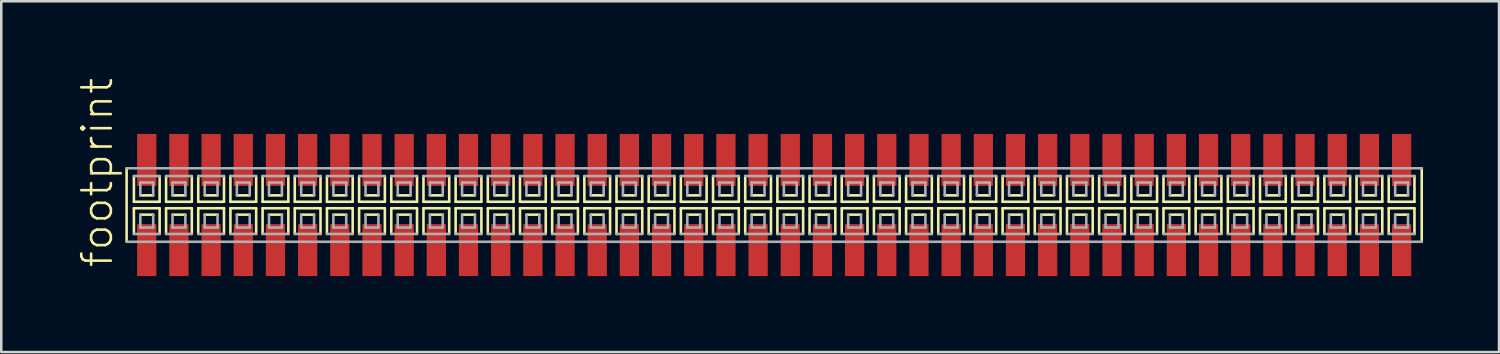
<source format=kicad_pcb>
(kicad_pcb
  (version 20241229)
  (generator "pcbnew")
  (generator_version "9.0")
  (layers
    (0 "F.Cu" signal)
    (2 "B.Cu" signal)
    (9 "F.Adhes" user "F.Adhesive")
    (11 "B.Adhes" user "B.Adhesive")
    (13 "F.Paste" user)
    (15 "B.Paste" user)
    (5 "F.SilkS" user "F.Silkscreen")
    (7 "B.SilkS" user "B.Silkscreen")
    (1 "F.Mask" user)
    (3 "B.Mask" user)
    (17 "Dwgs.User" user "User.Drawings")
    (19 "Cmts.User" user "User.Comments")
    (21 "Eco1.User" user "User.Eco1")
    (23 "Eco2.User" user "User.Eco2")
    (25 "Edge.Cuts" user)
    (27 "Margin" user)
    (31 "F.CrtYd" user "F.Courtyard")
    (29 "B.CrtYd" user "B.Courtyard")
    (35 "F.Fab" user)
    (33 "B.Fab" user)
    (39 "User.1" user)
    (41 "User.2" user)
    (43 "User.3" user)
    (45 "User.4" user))
  (footprint "footprint"
    (layer "F.Cu")
    (at 27.508 5.042)
    (property "Reference" "footprint" (at -26.035 2.54 90) (layer "F.SilkS") (effects (font (size 1.168 1.168) (thickness 0.102)) (justify left bottom)))
    (fp_line (start -25.56 -1.45) (end -25.56 1.45) (stroke (width 0.102) (type solid)) (layer "F.SilkS"))
    (fp_line (start -25.273 -1.143) (end -25.273 -0.127) (stroke (width 0.102) (type solid)) (layer "F.SilkS"))
    (fp_line (start -25.273 -0.127) (end -24.257 -0.127) (stroke (width 0.102) (type solid)) (layer "F.SilkS"))
    (fp_line (start -25.273 0.127) (end -25.273 1.143) (stroke (width 0.102) (type solid)) (layer "F.SilkS"))
    (fp_line (start -25.019 -0.381) (end -24.511 -0.381) (stroke (width 0.102) (type solid)) (layer "F.SilkS"))
    (fp_line (start -24.511 0.381) (end -25.019 0.381) (stroke (width 0.102) (type solid)) (layer "F.SilkS"))
    (fp_line (start -24.257 -0.127) (end -24.257 -1.143) (stroke (width 0.102) (type solid)) (layer "F.SilkS"))
    (fp_line (start -24.257 0.127) (end -25.273 0.127) (stroke (width 0.102) (type solid)) (layer "F.SilkS"))
    (fp_line (start -24.257 1.143) (end -24.257 0.127) (stroke (width 0.102) (type solid)) (layer "F.SilkS"))
    (fp_line (start -24.003 -1.143) (end -24.003 -0.127) (stroke (width 0.102) (type solid)) (layer "F.SilkS"))
    (fp_line (start -24.003 -0.127) (end -22.987 -0.127) (stroke (width 0.102) (type solid)) (layer "F.SilkS"))
    (fp_line (start -24.003 0.127) (end -24.003 1.143) (stroke (width 0.102) (type solid)) (layer "F.SilkS"))
    (fp_line (start -23.749 -0.381) (end -23.241 -0.381) (stroke (width 0.102) (type solid)) (layer "F.SilkS"))
    (fp_line (start -23.241 0.381) (end -23.749 0.381) (stroke (width 0.102) (type solid)) (layer "F.SilkS"))
    (fp_line (start -22.987 -0.127) (end -22.987 -1.143) (stroke (width 0.102) (type solid)) (layer "F.SilkS"))
    (fp_line (start -22.987 0.127) (end -24.003 0.127) (stroke (width 0.102) (type solid)) (layer "F.SilkS"))
    (fp_line (start -22.987 1.143) (end -22.987 0.127) (stroke (width 0.102) (type solid)) (layer "F.SilkS"))
    (fp_line (start -22.733 -1.143) (end -22.733 -0.127) (stroke (width 0.102) (type solid)) (layer "F.SilkS"))
    (fp_line (start -22.733 -0.127) (end -21.717 -0.127) (stroke (width 0.102) (type solid)) (layer "F.SilkS"))
    (fp_line (start -22.733 0.127) (end -22.733 1.143) (stroke (width 0.102) (type solid)) (layer "F.SilkS"))
    (fp_line (start -22.479 -0.381) (end -21.971 -0.381) (stroke (width 0.102) (type solid)) (layer "F.SilkS"))
    (fp_line (start -21.971 0.381) (end -22.479 0.381) (stroke (width 0.102) (type solid)) (layer "F.SilkS"))
    (fp_line (start -21.717 -0.127) (end -21.717 -1.143) (stroke (width 0.102) (type solid)) (layer "F.SilkS"))
    (fp_line (start -21.717 0.127) (end -22.733 0.127) (stroke (width 0.102) (type solid)) (layer "F.SilkS"))
    (fp_line (start -21.717 1.143) (end -21.717 0.127) (stroke (width 0.102) (type solid)) (layer "F.SilkS"))
    (fp_line (start -21.463 -1.143) (end -21.463 -0.127) (stroke (width 0.102) (type solid)) (layer "F.SilkS"))
    (fp_line (start -21.463 -0.127) (end -20.447 -0.127) (stroke (width 0.102) (type solid)) (layer "F.SilkS"))
    (fp_line (start -21.463 0.127) (end -21.463 1.143) (stroke (width 0.102) (type solid)) (layer "F.SilkS"))
    (fp_line (start -21.209 -0.381) (end -20.701 -0.381) (stroke (width 0.102) (type solid)) (layer "F.SilkS"))
    (fp_line (start -20.701 0.381) (end -21.209 0.381) (stroke (width 0.102) (type solid)) (layer "F.SilkS"))
    (fp_line (start -20.447 -0.127) (end -20.447 -1.143) (stroke (width 0.102) (type solid)) (layer "F.SilkS"))
    (fp_line (start -20.447 0.127) (end -21.463 0.127) (stroke (width 0.102) (type solid)) (layer "F.SilkS"))
    (fp_line (start -20.447 1.143) (end -20.447 0.127) (stroke (width 0.102) (type solid)) (layer "F.SilkS"))
    (fp_line (start -20.193 -1.143) (end -20.193 -0.127) (stroke (width 0.102) (type solid)) (layer "F.SilkS"))
    (fp_line (start -20.193 -0.127) (end -19.177 -0.127) (stroke (width 0.102) (type solid)) (layer "F.SilkS"))
    (fp_line (start -20.193 0.127) (end -20.193 1.143) (stroke (width 0.102) (type solid)) (layer "F.SilkS"))
    (fp_line (start -19.939 -0.381) (end -19.431 -0.381) (stroke (width 0.102) (type solid)) (layer "F.SilkS"))
    (fp_line (start -19.431 0.381) (end -19.939 0.381) (stroke (width 0.102) (type solid)) (layer "F.SilkS"))
    (fp_line (start -19.177 -0.127) (end -19.177 -1.143) (stroke (width 0.102) (type solid)) (layer "F.SilkS"))
    (fp_line (start -19.177 0.127) (end -20.193 0.127) (stroke (width 0.102) (type solid)) (layer "F.SilkS"))
    (fp_line (start -19.177 1.143) (end -19.177 0.127) (stroke (width 0.102) (type solid)) (layer "F.SilkS"))
    (fp_line (start -18.923 -1.143) (end -18.923 -0.127) (stroke (width 0.102) (type solid)) (layer "F.SilkS"))
    (fp_line (start -18.923 -0.127) (end -17.907 -0.127) (stroke (width 0.102) (type solid)) (layer "F.SilkS"))
    (fp_line (start -18.923 0.127) (end -18.923 1.143) (stroke (width 0.102) (type solid)) (layer "F.SilkS"))
    (fp_line (start -18.669 -0.381) (end -18.161 -0.381) (stroke (width 0.102) (type solid)) (layer "F.SilkS"))
    (fp_line (start -18.161 0.381) (end -18.669 0.381) (stroke (width 0.102) (type solid)) (layer "F.SilkS"))
    (fp_line (start -17.907 -0.127) (end -17.907 -1.143) (stroke (width 0.102) (type solid)) (layer "F.SilkS"))
    (fp_line (start -17.907 0.127) (end -18.923 0.127) (stroke (width 0.102) (type solid)) (layer "F.SilkS"))
    (fp_line (start -17.907 1.143) (end -17.907 0.127) (stroke (width 0.102) (type solid)) (layer "F.SilkS"))
    (fp_line (start -17.653 -1.143) (end -17.653 -0.127) (stroke (width 0.102) (type solid)) (layer "F.SilkS"))
    (fp_line (start -17.653 -0.127) (end -16.637 -0.127) (stroke (width 0.102) (type solid)) (layer "F.SilkS"))
    (fp_line (start -17.653 0.127) (end -17.653 1.143) (stroke (width 0.102) (type solid)) (layer "F.SilkS"))
    (fp_line (start -17.399 -0.381) (end -16.891 -0.381) (stroke (width 0.102) (type solid)) (layer "F.SilkS"))
    (fp_line (start -16.891 0.381) (end -17.399 0.381) (stroke (width 0.102) (type solid)) (layer "F.SilkS"))
    (fp_line (start -16.637 -0.127) (end -16.637 -1.143) (stroke (width 0.102) (type solid)) (layer "F.SilkS"))
    (fp_line (start -16.637 0.127) (end -17.653 0.127) (stroke (width 0.102) (type solid)) (layer "F.SilkS"))
    (fp_line (start -16.637 1.143) (end -16.637 0.127) (stroke (width 0.102) (type solid)) (layer "F.SilkS"))
    (fp_line (start -16.383 -1.143) (end -16.383 -0.127) (stroke (width 0.102) (type solid)) (layer "F.SilkS"))
    (fp_line (start -16.383 -0.127) (end -15.367 -0.127) (stroke (width 0.102) (type solid)) (layer "F.SilkS"))
    (fp_line (start -16.383 0.127) (end -16.383 1.143) (stroke (width 0.102) (type solid)) (layer "F.SilkS"))
    (fp_line (start -16.129 -0.381) (end -15.621 -0.381) (stroke (width 0.102) (type solid)) (layer "F.SilkS"))
    (fp_line (start -15.621 0.381) (end -16.129 0.381) (stroke (width 0.102) (type solid)) (layer "F.SilkS"))
    (fp_line (start -15.367 -0.127) (end -15.367 -1.143) (stroke (width 0.102) (type solid)) (layer "F.SilkS"))
    (fp_line (start -15.367 0.127) (end -16.383 0.127) (stroke (width 0.102) (type solid)) (layer "F.SilkS"))
    (fp_line (start -15.367 1.143) (end -15.367 0.127) (stroke (width 0.102) (type solid)) (layer "F.SilkS"))
    (fp_line (start -15.113 -1.143) (end -15.113 -0.127) (stroke (width 0.102) (type solid)) (layer "F.SilkS"))
    (fp_line (start -15.113 -0.127) (end -14.097 -0.127) (stroke (width 0.102) (type solid)) (layer "F.SilkS"))
    (fp_line (start -15.113 0.127) (end -15.113 1.143) (stroke (width 0.102) (type solid)) (layer "F.SilkS"))
    (fp_line (start -14.859 -0.381) (end -14.351 -0.381) (stroke (width 0.102) (type solid)) (layer "F.SilkS"))
    (fp_line (start -14.351 0.381) (end -14.859 0.381) (stroke (width 0.102) (type solid)) (layer "F.SilkS"))
    (fp_line (start -14.097 -0.127) (end -14.097 -1.143) (stroke (width 0.102) (type solid)) (layer "F.SilkS"))
    (fp_line (start -14.097 0.127) (end -15.113 0.127) (stroke (width 0.102) (type solid)) (layer "F.SilkS"))
    (fp_line (start -14.097 1.143) (end -14.097 0.127) (stroke (width 0.102) (type solid)) (layer "F.SilkS"))
    (fp_line (start -13.843 -1.143) (end -13.843 -0.127) (stroke (width 0.102) (type solid)) (layer "F.SilkS"))
    (fp_line (start -13.843 -0.127) (end -12.827 -0.127) (stroke (width 0.102) (type solid)) (layer "F.SilkS"))
    (fp_line (start -13.843 0.127) (end -13.843 1.143) (stroke (width 0.102) (type solid)) (layer "F.SilkS"))
    (fp_line (start -13.589 -0.381) (end -13.081 -0.381) (stroke (width 0.102) (type solid)) (layer "F.SilkS"))
    (fp_line (start -13.081 0.381) (end -13.589 0.381) (stroke (width 0.102) (type solid)) (layer "F.SilkS"))
    (fp_line (start -12.827 -0.127) (end -12.827 -1.143) (stroke (width 0.102) (type solid)) (layer "F.SilkS"))
    (fp_line (start -12.827 0.127) (end -13.843 0.127) (stroke (width 0.102) (type solid)) (layer "F.SilkS"))
    (fp_line (start -12.827 1.143) (end -12.827 0.127) (stroke (width 0.102) (type solid)) (layer "F.SilkS"))
    (fp_line (start -12.573 -1.143) (end -12.573 -0.127) (stroke (width 0.102) (type solid)) (layer "F.SilkS"))
    (fp_line (start -12.573 -0.127) (end -11.557 -0.127) (stroke (width 0.102) (type solid)) (layer "F.SilkS"))
    (fp_line (start -12.573 0.127) (end -12.573 1.143) (stroke (width 0.102) (type solid)) (layer "F.SilkS"))
    (fp_line (start -12.319 -0.381) (end -11.811 -0.381) (stroke (width 0.102) (type solid)) (layer "F.SilkS"))
    (fp_line (start -11.811 0.381) (end -12.319 0.381) (stroke (width 0.102) (type solid)) (layer "F.SilkS"))
    (fp_line (start -11.557 -0.127) (end -11.557 -1.143) (stroke (width 0.102) (type solid)) (layer "F.SilkS"))
    (fp_line (start -11.557 0.127) (end -12.573 0.127) (stroke (width 0.102) (type solid)) (layer "F.SilkS"))
    (fp_line (start -11.557 1.143) (end -11.557 0.127) (stroke (width 0.102) (type solid)) (layer "F.SilkS"))
    (fp_line (start -11.303 -1.143) (end -11.303 -0.127) (stroke (width 0.102) (type solid)) (layer "F.SilkS"))
    (fp_line (start -11.303 -0.127) (end -10.287 -0.127) (stroke (width 0.102) (type solid)) (layer "F.SilkS"))
    (fp_line (start -11.303 0.127) (end -11.303 1.143) (stroke (width 0.102) (type solid)) (layer "F.SilkS"))
    (fp_line (start -11.049 -0.381) (end -10.541 -0.381) (stroke (width 0.102) (type solid)) (layer "F.SilkS"))
    (fp_line (start -10.541 0.381) (end -11.049 0.381) (stroke (width 0.102) (type solid)) (layer "F.SilkS"))
    (fp_line (start -10.287 -0.127) (end -10.287 -1.143) (stroke (width 0.102) (type solid)) (layer "F.SilkS"))
    (fp_line (start -10.287 0.127) (end -11.303 0.127) (stroke (width 0.102) (type solid)) (layer "F.SilkS"))
    (fp_line (start -10.287 1.143) (end -10.287 0.127) (stroke (width 0.102) (type solid)) (layer "F.SilkS"))
    (fp_line (start -10.033 -1.143) (end -10.033 -0.127) (stroke (width 0.102) (type solid)) (layer "F.SilkS"))
    (fp_line (start -10.033 -0.127) (end -9.017 -0.127) (stroke (width 0.102) (type solid)) (layer "F.SilkS"))
    (fp_line (start -10.033 0.127) (end -10.033 1.143) (stroke (width 0.102) (type solid)) (layer "F.SilkS"))
    (fp_line (start -9.779 -0.381) (end -9.271 -0.381) (stroke (width 0.102) (type solid)) (layer "F.SilkS"))
    (fp_line (start -9.271 0.381) (end -9.779 0.381) (stroke (width 0.102) (type solid)) (layer "F.SilkS"))
    (fp_line (start -9.017 -0.127) (end -9.017 -1.143) (stroke (width 0.102) (type solid)) (layer "F.SilkS"))
    (fp_line (start -9.017 0.127) (end -10.033 0.127) (stroke (width 0.102) (type solid)) (layer "F.SilkS"))
    (fp_line (start -9.017 1.143) (end -9.017 0.127) (stroke (width 0.102) (type solid)) (layer "F.SilkS"))
    (fp_line (start -8.763 -1.143) (end -8.763 -0.127) (stroke (width 0.102) (type solid)) (layer "F.SilkS"))
    (fp_line (start -8.763 -0.127) (end -7.747 -0.127) (stroke (width 0.102) (type solid)) (layer "F.SilkS"))
    (fp_line (start -8.763 0.127) (end -8.763 1.143) (stroke (width 0.102) (type solid)) (layer "F.SilkS"))
    (fp_line (start -8.509 -0.381) (end -8.001 -0.381) (stroke (width 0.102) (type solid)) (layer "F.SilkS"))
    (fp_line (start -8.001 0.381) (end -8.509 0.381) (stroke (width 0.102) (type solid)) (layer "F.SilkS"))
    (fp_line (start -7.747 -0.127) (end -7.747 -1.143) (stroke (width 0.102) (type solid)) (layer "F.SilkS"))
    (fp_line (start -7.747 0.127) (end -8.763 0.127) (stroke (width 0.102) (type solid)) (layer "F.SilkS"))
    (fp_line (start -7.747 1.143) (end -7.747 0.127) (stroke (width 0.102) (type solid)) (layer "F.SilkS"))
    (fp_line (start -7.493 -1.143) (end -7.493 -0.127) (stroke (width 0.102) (type solid)) (layer "F.SilkS"))
    (fp_line (start -7.493 -0.127) (end -6.477 -0.127) (stroke (width 0.102) (type solid)) (layer "F.SilkS"))
    (fp_line (start -7.493 0.127) (end -7.493 1.143) (stroke (width 0.102) (type solid)) (layer "F.SilkS"))
    (fp_line (start -7.239 -0.381) (end -6.731 -0.381) (stroke (width 0.102) (type solid)) (layer "F.SilkS"))
    (fp_line (start -6.731 0.381) (end -7.239 0.381) (stroke (width 0.102) (type solid)) (layer "F.SilkS"))
    (fp_line (start -6.477 -0.127) (end -6.477 -1.143) (stroke (width 0.102) (type solid)) (layer "F.SilkS"))
    (fp_line (start -6.477 0.127) (end -7.493 0.127) (stroke (width 0.102) (type solid)) (layer "F.SilkS"))
    (fp_line (start -6.477 1.143) (end -6.477 0.127) (stroke (width 0.102) (type solid)) (layer "F.SilkS"))
    (fp_line (start -6.223 -1.143) (end -6.223 -0.127) (stroke (width 0.102) (type solid)) (layer "F.SilkS"))
    (fp_line (start -6.223 -0.127) (end -5.207 -0.127) (stroke (width 0.102) (type solid)) (layer "F.SilkS"))
    (fp_line (start -6.223 0.127) (end -6.223 1.143) (stroke (width 0.102) (type solid)) (layer "F.SilkS"))
    (fp_line (start -5.969 -0.381) (end -5.461 -0.381) (stroke (width 0.102) (type solid)) (layer "F.SilkS"))
    (fp_line (start -5.461 0.381) (end -5.969 0.381) (stroke (width 0.102) (type solid)) (layer "F.SilkS"))
    (fp_line (start -5.207 -0.127) (end -5.207 -1.143) (stroke (width 0.102) (type solid)) (layer "F.SilkS"))
    (fp_line (start -5.207 0.127) (end -6.223 0.127) (stroke (width 0.102) (type solid)) (layer "F.SilkS"))
    (fp_line (start -5.207 1.143) (end -5.207 0.127) (stroke (width 0.102) (type solid)) (layer "F.SilkS"))
    (fp_line (start -4.953 -1.143) (end -4.953 -0.127) (stroke (width 0.102) (type solid)) (layer "F.SilkS"))
    (fp_line (start -4.953 -0.127) (end -3.937 -0.127) (stroke (width 0.102) (type solid)) (layer "F.SilkS"))
    (fp_line (start -4.953 0.127) (end -4.953 1.143) (stroke (width 0.102) (type solid)) (layer "F.SilkS"))
    (fp_line (start -4.699 -0.381) (end -4.191 -0.381) (stroke (width 0.102) (type solid)) (layer "F.SilkS"))
    (fp_line (start -4.191 0.381) (end -4.699 0.381) (stroke (width 0.102) (type solid)) (layer "F.SilkS"))
    (fp_line (start -3.937 -0.127) (end -3.937 -1.143) (stroke (width 0.102) (type solid)) (layer "F.SilkS"))
    (fp_line (start -3.937 0.127) (end -4.953 0.127) (stroke (width 0.102) (type solid)) (layer "F.SilkS"))
    (fp_line (start -3.937 1.143) (end -3.937 0.127) (stroke (width 0.102) (type solid)) (layer "F.SilkS"))
    (fp_line (start -3.683 -1.143) (end -3.683 -0.127) (stroke (width 0.102) (type solid)) (layer "F.SilkS"))
    (fp_line (start -3.683 -0.127) (end -2.667 -0.127) (stroke (width 0.102) (type solid)) (layer "F.SilkS"))
    (fp_line (start -3.683 0.127) (end -3.683 1.143) (stroke (width 0.102) (type solid)) (layer "F.SilkS"))
    (fp_line (start -3.429 -0.381) (end -2.921 -0.381) (stroke (width 0.102) (type solid)) (layer "F.SilkS"))
    (fp_line (start -2.921 0.381) (end -3.429 0.381) (stroke (width 0.102) (type solid)) (layer "F.SilkS"))
    (fp_line (start -2.667 -0.127) (end -2.667 -1.143) (stroke (width 0.102) (type solid)) (layer "F.SilkS"))
    (fp_line (start -2.667 0.127) (end -3.683 0.127) (stroke (width 0.102) (type solid)) (layer "F.SilkS"))
    (fp_line (start -2.667 1.143) (end -2.667 0.127) (stroke (width 0.102) (type solid)) (layer "F.SilkS"))
    (fp_line (start -2.413 -1.143) (end -2.413 -0.127) (stroke (width 0.102) (type solid)) (layer "F.SilkS"))
    (fp_line (start -2.413 -0.127) (end -1.397 -0.127) (stroke (width 0.102) (type solid)) (layer "F.SilkS"))
    (fp_line (start -2.413 0.127) (end -2.413 1.143) (stroke (width 0.102) (type solid)) (layer "F.SilkS"))
    (fp_line (start -2.159 -0.381) (end -1.651 -0.381) (stroke (width 0.102) (type solid)) (layer "F.SilkS"))
    (fp_line (start -1.651 0.381) (end -2.159 0.381) (stroke (width 0.102) (type solid)) (layer "F.SilkS"))
    (fp_line (start -1.397 -0.127) (end -1.397 -1.143) (stroke (width 0.102) (type solid)) (layer "F.SilkS"))
    (fp_line (start -1.397 0.127) (end -2.413 0.127) (stroke (width 0.102) (type solid)) (layer "F.SilkS"))
    (fp_line (start -1.397 1.143) (end -1.397 0.127) (stroke (width 0.102) (type solid)) (layer "F.SilkS"))
    (fp_line (start -1.143 -1.143) (end -1.143 -0.127) (stroke (width 0.102) (type solid)) (layer "F.SilkS"))
    (fp_line (start -1.143 -0.127) (end -0.127 -0.127) (stroke (width 0.102) (type solid)) (layer "F.SilkS"))
    (fp_line (start -1.143 0.127) (end -1.143 1.143) (stroke (width 0.102) (type solid)) (layer "F.SilkS"))
    (fp_line (start -0.889 -0.381) (end -0.381 -0.381) (stroke (width 0.102) (type solid)) (layer "F.SilkS"))
    (fp_line (start -0.381 0.381) (end -0.889 0.381) (stroke (width 0.102) (type solid)) (layer "F.SilkS"))
    (fp_line (start -0.127 -0.127) (end -0.127 -1.143) (stroke (width 0.102) (type solid)) (layer "F.SilkS"))
    (fp_line (start -0.127 0.127) (end -1.143 0.127) (stroke (width 0.102) (type solid)) (layer "F.SilkS"))
    (fp_line (start -0.127 1.143) (end -0.127 0.127) (stroke (width 0.102) (type solid)) (layer "F.SilkS"))
    (fp_line (start 0.127 -1.143) (end 0.127 -0.127) (stroke (width 0.102) (type solid)) (layer "F.SilkS"))
    (fp_line (start 0.127 -0.127) (end 1.143 -0.127) (stroke (width 0.102) (type solid)) (layer "F.SilkS"))
    (fp_line (start 0.127 0.127) (end 0.127 1.143) (stroke (width 0.102) (type solid)) (layer "F.SilkS"))
    (fp_line (start 0.381 -0.381) (end 0.889 -0.381) (stroke (width 0.102) (type solid)) (layer "F.SilkS"))
    (fp_line (start 0.889 0.381) (end 0.381 0.381) (stroke (width 0.102) (type solid)) (layer "F.SilkS"))
    (fp_line (start 1.143 -0.127) (end 1.143 -1.143) (stroke (width 0.102) (type solid)) (layer "F.SilkS"))
    (fp_line (start 1.143 0.127) (end 0.127 0.127) (stroke (width 0.102) (type solid)) (layer "F.SilkS"))
    (fp_line (start 1.143 1.143) (end 1.143 0.127) (stroke (width 0.102) (type solid)) (layer "F.SilkS"))
    (fp_line (start 1.397 -1.143) (end 1.397 -0.127) (stroke (width 0.102) (type solid)) (layer "F.SilkS"))
    (fp_line (start 1.397 -0.127) (end 2.413 -0.127) (stroke (width 0.102) (type solid)) (layer "F.SilkS"))
    (fp_line (start 1.397 0.127) (end 1.397 1.143) (stroke (width 0.102) (type solid)) (layer "F.SilkS"))
    (fp_line (start 1.651 -0.381) (end 2.159 -0.381) (stroke (width 0.102) (type solid)) (layer "F.SilkS"))
    (fp_line (start 2.159 0.381) (end 1.651 0.381) (stroke (width 0.102) (type solid)) (layer "F.SilkS"))
    (fp_line (start 2.413 -0.127) (end 2.413 -1.143) (stroke (width 0.102) (type solid)) (layer "F.SilkS"))
    (fp_line (start 2.413 0.127) (end 1.397 0.127) (stroke (width 0.102) (type solid)) (layer "F.SilkS"))
    (fp_line (start 2.413 1.143) (end 2.413 0.127) (stroke (width 0.102) (type solid)) (layer "F.SilkS"))
    (fp_line (start 2.667 -1.143) (end 2.667 -0.127) (stroke (width 0.102) (type solid)) (layer "F.SilkS"))
    (fp_line (start 2.667 -0.127) (end 3.683 -0.127) (stroke (width 0.102) (type solid)) (layer "F.SilkS"))
    (fp_line (start 2.667 0.127) (end 2.667 1.143) (stroke (width 0.102) (type solid)) (layer "F.SilkS"))
    (fp_line (start 2.921 -0.381) (end 3.429 -0.381) (stroke (width 0.102) (type solid)) (layer "F.SilkS"))
    (fp_line (start 3.429 0.381) (end 2.921 0.381) (stroke (width 0.102) (type solid)) (layer "F.SilkS"))
    (fp_line (start 3.683 -0.127) (end 3.683 -1.143) (stroke (width 0.102) (type solid)) (layer "F.SilkS"))
    (fp_line (start 3.683 0.127) (end 2.667 0.127) (stroke (width 0.102) (type solid)) (layer "F.SilkS"))
    (fp_line (start 3.683 1.143) (end 3.683 0.127) (stroke (width 0.102) (type solid)) (layer "F.SilkS"))
    (fp_line (start 3.937 -1.143) (end 3.937 -0.127) (stroke (width 0.102) (type solid)) (layer "F.SilkS"))
    (fp_line (start 3.937 -0.127) (end 4.953 -0.127) (stroke (width 0.102) (type solid)) (layer "F.SilkS"))
    (fp_line (start 3.937 0.127) (end 3.937 1.143) (stroke (width 0.102) (type solid)) (layer "F.SilkS"))
    (fp_line (start 4.191 -0.381) (end 4.699 -0.381) (stroke (width 0.102) (type solid)) (layer "F.SilkS"))
    (fp_line (start 4.699 0.381) (end 4.191 0.381) (stroke (width 0.102) (type solid)) (layer "F.SilkS"))
    (fp_line (start 4.953 -0.127) (end 4.953 -1.143) (stroke (width 0.102) (type solid)) (layer "F.SilkS"))
    (fp_line (start 4.953 0.127) (end 3.937 0.127) (stroke (width 0.102) (type solid)) (layer "F.SilkS"))
    (fp_line (start 4.953 1.143) (end 4.953 0.127) (stroke (width 0.102) (type solid)) (layer "F.SilkS"))
    (fp_line (start 5.207 -1.143) (end 5.207 -0.127) (stroke (width 0.102) (type solid)) (layer "F.SilkS"))
    (fp_line (start 5.207 -0.127) (end 6.223 -0.127) (stroke (width 0.102) (type solid)) (layer "F.SilkS"))
    (fp_line (start 5.207 0.127) (end 5.207 1.143) (stroke (width 0.102) (type solid)) (layer "F.SilkS"))
    (fp_line (start 5.461 -0.381) (end 5.969 -0.381) (stroke (width 0.102) (type solid)) (layer "F.SilkS"))
    (fp_line (start 5.969 0.381) (end 5.461 0.381) (stroke (width 0.102) (type solid)) (layer "F.SilkS"))
    (fp_line (start 6.223 -0.127) (end 6.223 -1.143) (stroke (width 0.102) (type solid)) (layer "F.SilkS"))
    (fp_line (start 6.223 0.127) (end 5.207 0.127) (stroke (width 0.102) (type solid)) (layer "F.SilkS"))
    (fp_line (start 6.223 1.143) (end 6.223 0.127) (stroke (width 0.102) (type solid)) (layer "F.SilkS"))
    (fp_line (start 6.477 -1.143) (end 6.477 -0.127) (stroke (width 0.102) (type solid)) (layer "F.SilkS"))
    (fp_line (start 6.477 -0.127) (end 7.493 -0.127) (stroke (width 0.102) (type solid)) (layer "F.SilkS"))
    (fp_line (start 6.477 0.127) (end 6.477 1.143) (stroke (width 0.102) (type solid)) (layer "F.SilkS"))
    (fp_line (start 6.731 -0.381) (end 7.239 -0.381) (stroke (width 0.102) (type solid)) (layer "F.SilkS"))
    (fp_line (start 7.239 0.381) (end 6.731 0.381) (stroke (width 0.102) (type solid)) (layer "F.SilkS"))
    (fp_line (start 7.493 -0.127) (end 7.493 -1.143) (stroke (width 0.102) (type solid)) (layer "F.SilkS"))
    (fp_line (start 7.493 0.127) (end 6.477 0.127) (stroke (width 0.102) (type solid)) (layer "F.SilkS"))
    (fp_line (start 7.493 1.143) (end 7.493 0.127) (stroke (width 0.102) (type solid)) (layer "F.SilkS"))
    (fp_line (start 7.747 -1.143) (end 7.747 -0.127) (stroke (width 0.102) (type solid)) (layer "F.SilkS"))
    (fp_line (start 7.747 -0.127) (end 8.763 -0.127) (stroke (width 0.102) (type solid)) (layer "F.SilkS"))
    (fp_line (start 7.747 0.127) (end 7.747 1.143) (stroke (width 0.102) (type solid)) (layer "F.SilkS"))
    (fp_line (start 8.001 -0.381) (end 8.509 -0.381) (stroke (width 0.102) (type solid)) (layer "F.SilkS"))
    (fp_line (start 8.509 0.381) (end 8.001 0.381) (stroke (width 0.102) (type solid)) (layer "F.SilkS"))
    (fp_line (start 8.763 -0.127) (end 8.763 -1.143) (stroke (width 0.102) (type solid)) (layer "F.SilkS"))
    (fp_line (start 8.763 0.127) (end 7.747 0.127) (stroke (width 0.102) (type solid)) (layer "F.SilkS"))
    (fp_line (start 8.763 1.143) (end 8.763 0.127) (stroke (width 0.102) (type solid)) (layer "F.SilkS"))
    (fp_line (start 9.017 -1.143) (end 9.017 -0.127) (stroke (width 0.102) (type solid)) (layer "F.SilkS"))
    (fp_line (start 9.017 -0.127) (end 10.033 -0.127) (stroke (width 0.102) (type solid)) (layer "F.SilkS"))
    (fp_line (start 9.017 0.127) (end 9.017 1.143) (stroke (width 0.102) (type solid)) (layer "F.SilkS"))
    (fp_line (start 9.271 -0.381) (end 9.779 -0.381) (stroke (width 0.102) (type solid)) (layer "F.SilkS"))
    (fp_line (start 9.779 0.381) (end 9.271 0.381) (stroke (width 0.102) (type solid)) (layer "F.SilkS"))
    (fp_line (start 10.033 -0.127) (end 10.033 -1.143) (stroke (width 0.102) (type solid)) (layer "F.SilkS"))
    (fp_line (start 10.033 0.127) (end 9.017 0.127) (stroke (width 0.102) (type solid)) (layer "F.SilkS"))
    (fp_line (start 10.033 1.143) (end 10.033 0.127) (stroke (width 0.102) (type solid)) (layer "F.SilkS"))
    (fp_line (start 10.287 -1.143) (end 10.287 -0.127) (stroke (width 0.102) (type solid)) (layer "F.SilkS"))
    (fp_line (start 10.287 -0.127) (end 11.303 -0.127) (stroke (width 0.102) (type solid)) (layer "F.SilkS"))
    (fp_line (start 10.287 0.127) (end 10.287 1.143) (stroke (width 0.102) (type solid)) (layer "F.SilkS"))
    (fp_line (start 10.541 -0.381) (end 11.049 -0.381) (stroke (width 0.102) (type solid)) (layer "F.SilkS"))
    (fp_line (start 11.049 0.381) (end 10.541 0.381) (stroke (width 0.102) (type solid)) (layer "F.SilkS"))
    (fp_line (start 11.303 -0.127) (end 11.303 -1.143) (stroke (width 0.102) (type solid)) (layer "F.SilkS"))
    (fp_line (start 11.303 0.127) (end 10.287 0.127) (stroke (width 0.102) (type solid)) (layer "F.SilkS"))
    (fp_line (start 11.303 1.143) (end 11.303 0.127) (stroke (width 0.102) (type solid)) (layer "F.SilkS"))
    (fp_line (start 11.557 -1.143) (end 11.557 -0.127) (stroke (width 0.102) (type solid)) (layer "F.SilkS"))
    (fp_line (start 11.557 -0.127) (end 12.573 -0.127) (stroke (width 0.102) (type solid)) (layer "F.SilkS"))
    (fp_line (start 11.557 0.127) (end 11.557 1.143) (stroke (width 0.102) (type solid)) (layer "F.SilkS"))
    (fp_line (start 11.811 -0.381) (end 12.319 -0.381) (stroke (width 0.102) (type solid)) (layer "F.SilkS"))
    (fp_line (start 12.319 0.381) (end 11.811 0.381) (stroke (width 0.102) (type solid)) (layer "F.SilkS"))
    (fp_line (start 12.573 -0.127) (end 12.573 -1.143) (stroke (width 0.102) (type solid)) (layer "F.SilkS"))
    (fp_line (start 12.573 0.127) (end 11.557 0.127) (stroke (width 0.102) (type solid)) (layer "F.SilkS"))
    (fp_line (start 12.573 1.143) (end 12.573 0.127) (stroke (width 0.102) (type solid)) (layer "F.SilkS"))
    (fp_line (start 12.827 -1.143) (end 12.827 -0.127) (stroke (width 0.102) (type solid)) (layer "F.SilkS"))
    (fp_line (start 12.827 -0.127) (end 13.843 -0.127) (stroke (width 0.102) (type solid)) (layer "F.SilkS"))
    (fp_line (start 12.827 0.127) (end 12.827 1.143) (stroke (width 0.102) (type solid)) (layer "F.SilkS"))
    (fp_line (start 13.081 -0.381) (end 13.589 -0.381) (stroke (width 0.102) (type solid)) (layer "F.SilkS"))
    (fp_line (start 13.589 0.381) (end 13.081 0.381) (stroke (width 0.102) (type solid)) (layer "F.SilkS"))
    (fp_line (start 13.843 -0.127) (end 13.843 -1.143) (stroke (width 0.102) (type solid)) (layer "F.SilkS"))
    (fp_line (start 13.843 0.127) (end 12.827 0.127) (stroke (width 0.102) (type solid)) (layer "F.SilkS"))
    (fp_line (start 13.843 1.143) (end 13.843 0.127) (stroke (width 0.102) (type solid)) (layer "F.SilkS"))
    (fp_line (start 14.097 -1.143) (end 14.097 -0.127) (stroke (width 0.102) (type solid)) (layer "F.SilkS"))
    (fp_line (start 14.097 -0.127) (end 15.113 -0.127) (stroke (width 0.102) (type solid)) (layer "F.SilkS"))
    (fp_line (start 14.097 0.127) (end 14.097 1.143) (stroke (width 0.102) (type solid)) (layer "F.SilkS"))
    (fp_line (start 14.351 -0.381) (end 14.859 -0.381) (stroke (width 0.102) (type solid)) (layer "F.SilkS"))
    (fp_line (start 14.859 0.381) (end 14.351 0.381) (stroke (width 0.102) (type solid)) (layer "F.SilkS"))
    (fp_line (start 15.113 -0.127) (end 15.113 -1.143) (stroke (width 0.102) (type solid)) (layer "F.SilkS"))
    (fp_line (start 15.113 0.127) (end 14.097 0.127) (stroke (width 0.102) (type solid)) (layer "F.SilkS"))
    (fp_line (start 15.113 1.143) (end 15.113 0.127) (stroke (width 0.102) (type solid)) (layer "F.SilkS"))
    (fp_line (start 15.367 -1.143) (end 15.367 -0.127) (stroke (width 0.102) (type solid)) (layer "F.SilkS"))
    (fp_line (start 15.367 -0.127) (end 16.383 -0.127) (stroke (width 0.102) (type solid)) (layer "F.SilkS"))
    (fp_line (start 15.367 0.127) (end 15.367 1.143) (stroke (width 0.102) (type solid)) (layer "F.SilkS"))
    (fp_line (start 15.621 -0.381) (end 16.129 -0.381) (stroke (width 0.102) (type solid)) (layer "F.SilkS"))
    (fp_line (start 16.129 0.381) (end 15.621 0.381) (stroke (width 0.102) (type solid)) (layer "F.SilkS"))
    (fp_line (start 16.383 -0.127) (end 16.383 -1.143) (stroke (width 0.102) (type solid)) (layer "F.SilkS"))
    (fp_line (start 16.383 0.127) (end 15.367 0.127) (stroke (width 0.102) (type solid)) (layer "F.SilkS"))
    (fp_line (start 16.383 1.143) (end 16.383 0.127) (stroke (width 0.102) (type solid)) (layer "F.SilkS"))
    (fp_line (start 16.637 -1.143) (end 16.637 -0.127) (stroke (width 0.102) (type solid)) (layer "F.SilkS"))
    (fp_line (start 16.637 -0.127) (end 17.653 -0.127) (stroke (width 0.102) (type solid)) (layer "F.SilkS"))
    (fp_line (start 16.637 0.127) (end 16.637 1.143) (stroke (width 0.102) (type solid)) (layer "F.SilkS"))
    (fp_line (start 16.891 -0.381) (end 17.399 -0.381) (stroke (width 0.102) (type solid)) (layer "F.SilkS"))
    (fp_line (start 17.399 0.381) (end 16.891 0.381) (stroke (width 0.102) (type solid)) (layer "F.SilkS"))
    (fp_line (start 17.653 -0.127) (end 17.653 -1.143) (stroke (width 0.102) (type solid)) (layer "F.SilkS"))
    (fp_line (start 17.653 0.127) (end 16.637 0.127) (stroke (width 0.102) (type solid)) (layer "F.SilkS"))
    (fp_line (start 17.653 1.143) (end 17.653 0.127) (stroke (width 0.102) (type solid)) (layer "F.SilkS"))
    (fp_line (start 17.907 -1.143) (end 17.907 -0.127) (stroke (width 0.102) (type solid)) (layer "F.SilkS"))
    (fp_line (start 17.907 -0.127) (end 18.923 -0.127) (stroke (width 0.102) (type solid)) (layer "F.SilkS"))
    (fp_line (start 17.907 0.127) (end 17.907 1.143) (stroke (width 0.102) (type solid)) (layer "F.SilkS"))
    (fp_line (start 18.161 -0.381) (end 18.669 -0.381) (stroke (width 0.102) (type solid)) (layer "F.SilkS"))
    (fp_line (start 18.669 0.381) (end 18.161 0.381) (stroke (width 0.102) (type solid)) (layer "F.SilkS"))
    (fp_line (start 18.923 -0.127) (end 18.923 -1.143) (stroke (width 0.102) (type solid)) (layer "F.SilkS"))
    (fp_line (start 18.923 0.127) (end 17.907 0.127) (stroke (width 0.102) (type solid)) (layer "F.SilkS"))
    (fp_line (start 18.923 1.143) (end 18.923 0.127) (stroke (width 0.102) (type solid)) (layer "F.SilkS"))
    (fp_line (start 19.177 -1.143) (end 19.177 -0.127) (stroke (width 0.102) (type solid)) (layer "F.SilkS"))
    (fp_line (start 19.177 -0.127) (end 20.193 -0.127) (stroke (width 0.102) (type solid)) (layer "F.SilkS"))
    (fp_line (start 19.177 0.127) (end 19.177 1.143) (stroke (width 0.102) (type solid)) (layer "F.SilkS"))
    (fp_line (start 19.431 -0.381) (end 19.939 -0.381) (stroke (width 0.102) (type solid)) (layer "F.SilkS"))
    (fp_line (start 19.939 0.381) (end 19.431 0.381) (stroke (width 0.102) (type solid)) (layer "F.SilkS"))
    (fp_line (start 20.193 -0.127) (end 20.193 -1.143) (stroke (width 0.102) (type solid)) (layer "F.SilkS"))
    (fp_line (start 20.193 0.127) (end 19.177 0.127) (stroke (width 0.102) (type solid)) (layer "F.SilkS"))
    (fp_line (start 20.193 1.143) (end 20.193 0.127) (stroke (width 0.102) (type solid)) (layer "F.SilkS"))
    (fp_line (start 20.447 -1.143) (end 20.447 -0.127) (stroke (width 0.102) (type solid)) (layer "F.SilkS"))
    (fp_line (start 20.447 -0.127) (end 21.463 -0.127) (stroke (width 0.102) (type solid)) (layer "F.SilkS"))
    (fp_line (start 20.447 0.127) (end 20.447 1.143) (stroke (width 0.102) (type solid)) (layer "F.SilkS"))
    (fp_line (start 20.701 -0.381) (end 21.209 -0.381) (stroke (width 0.102) (type solid)) (layer "F.SilkS"))
    (fp_line (start 21.209 0.381) (end 20.701 0.381) (stroke (width 0.102) (type solid)) (layer "F.SilkS"))
    (fp_line (start 21.463 -0.127) (end 21.463 -1.143) (stroke (width 0.102) (type solid)) (layer "F.SilkS"))
    (fp_line (start 21.463 0.127) (end 20.447 0.127) (stroke (width 0.102) (type solid)) (layer "F.SilkS"))
    (fp_line (start 21.463 1.143) (end 21.463 0.127) (stroke (width 0.102) (type solid)) (layer "F.SilkS"))
    (fp_line (start 21.717 -1.143) (end 21.717 -0.127) (stroke (width 0.102) (type solid)) (layer "F.SilkS"))
    (fp_line (start 21.717 -0.127) (end 22.733 -0.127) (stroke (width 0.102) (type solid)) (layer "F.SilkS"))
    (fp_line (start 21.717 0.127) (end 21.717 1.143) (stroke (width 0.102) (type solid)) (layer "F.SilkS"))
    (fp_line (start 21.971 -0.381) (end 22.479 -0.381) (stroke (width 0.102) (type solid)) (layer "F.SilkS"))
    (fp_line (start 22.479 0.381) (end 21.971 0.381) (stroke (width 0.102) (type solid)) (layer "F.SilkS"))
    (fp_line (start 22.733 -0.127) (end 22.733 -1.143) (stroke (width 0.102) (type solid)) (layer "F.SilkS"))
    (fp_line (start 22.733 0.127) (end 21.717 0.127) (stroke (width 0.102) (type solid)) (layer "F.SilkS"))
    (fp_line (start 22.733 1.143) (end 22.733 0.127) (stroke (width 0.102) (type solid)) (layer "F.SilkS"))
    (fp_line (start 22.987 -1.143) (end 22.987 -0.127) (stroke (width 0.102) (type solid)) (layer "F.SilkS"))
    (fp_line (start 22.987 -0.127) (end 24.003 -0.127) (stroke (width 0.102) (type solid)) (layer "F.SilkS"))
    (fp_line (start 22.987 0.127) (end 22.987 1.143) (stroke (width 0.102) (type solid)) (layer "F.SilkS"))
    (fp_line (start 23.241 -0.381) (end 23.749 -0.381) (stroke (width 0.102) (type solid)) (layer "F.SilkS"))
    (fp_line (start 23.749 0.381) (end 23.241 0.381) (stroke (width 0.102) (type solid)) (layer "F.SilkS"))
    (fp_line (start 24.003 -0.127) (end 24.003 -1.143) (stroke (width 0.102) (type solid)) (layer "F.SilkS"))
    (fp_line (start 24.003 0.127) (end 22.987 0.127) (stroke (width 0.102) (type solid)) (layer "F.SilkS"))
    (fp_line (start 24.003 1.143) (end 24.003 0.127) (stroke (width 0.102) (type solid)) (layer "F.SilkS"))
    (fp_line (start 24.257 -1.143) (end 24.257 -0.127) (stroke (width 0.102) (type solid)) (layer "F.SilkS"))
    (fp_line (start 24.257 -0.127) (end 25.273 -0.127) (stroke (width 0.102) (type solid)) (layer "F.SilkS"))
    (fp_line (start 24.257 0.127) (end 24.257 1.143) (stroke (width 0.102) (type solid)) (layer "F.SilkS"))
    (fp_line (start 24.511 -0.381) (end 25.019 -0.381) (stroke (width 0.102) (type solid)) (layer "F.SilkS"))
    (fp_line (start 25.019 0.381) (end 24.511 0.381) (stroke (width 0.102) (type solid)) (layer "F.SilkS"))
    (fp_line (start 25.273 -0.127) (end 25.273 -1.143) (stroke (width 0.102) (type solid)) (layer "F.SilkS"))
    (fp_line (start 25.273 0.127) (end 24.257 0.127) (stroke (width 0.102) (type solid)) (layer "F.SilkS"))
    (fp_line (start 25.273 1.143) (end 25.273 0.127) (stroke (width 0.102) (type solid)) (layer "F.SilkS"))
    (fp_line (start 25.56 1.45) (end 25.56 -1.45) (stroke (width 0.102) (type solid)) (layer "F.SilkS"))
    (fp_line (start -25.56 1.45) (end 25.56 1.45) (stroke (width 0.102) (type solid)) (layer "F.Fab"))
    (fp_line (start -25.273 1.143) (end -24.257 1.143) (stroke (width 0.102) (type solid)) (layer "F.Fab"))
    (fp_line (start -25.019 -0.889) (end -25.019 -0.381) (stroke (width 0.102) (type solid)) (layer "F.Fab"))
    (fp_line (start -25.019 0.381) (end -25.019 0.889) (stroke (width 0.102) (type solid)) (layer "F.Fab"))
    (fp_line (start -25.019 0.889) (end -24.511 0.889) (stroke (width 0.102) (type solid)) (layer "F.Fab"))
    (fp_line (start -24.511 -0.889) (end -25.019 -0.889) (stroke (width 0.102) (type solid)) (layer "F.Fab"))
    (fp_line (start -24.511 -0.381) (end -24.511 -0.889) (stroke (width 0.102) (type solid)) (layer "F.Fab"))
    (fp_line (start -24.511 0.889) (end -24.511 0.381) (stroke (width 0.102) (type solid)) (layer "F.Fab"))
    (fp_line (start -24.257 -1.143) (end -25.273 -1.143) (stroke (width 0.102) (type solid)) (layer "F.Fab"))
    (fp_line (start -24.003 1.143) (end -22.987 1.143) (stroke (width 0.102) (type solid)) (layer "F.Fab"))
    (fp_line (start -23.749 -0.889) (end -23.749 -0.381) (stroke (width 0.102) (type solid)) (layer "F.Fab"))
    (fp_line (start -23.749 0.381) (end -23.749 0.889) (stroke (width 0.102) (type solid)) (layer "F.Fab"))
    (fp_line (start -23.749 0.889) (end -23.241 0.889) (stroke (width 0.102) (type solid)) (layer "F.Fab"))
    (fp_line (start -23.241 -0.889) (end -23.749 -0.889) (stroke (width 0.102) (type solid)) (layer "F.Fab"))
    (fp_line (start -23.241 -0.381) (end -23.241 -0.889) (stroke (width 0.102) (type solid)) (layer "F.Fab"))
    (fp_line (start -23.241 0.889) (end -23.241 0.381) (stroke (width 0.102) (type solid)) (layer "F.Fab"))
    (fp_line (start -22.987 -1.143) (end -24.003 -1.143) (stroke (width 0.102) (type solid)) (layer "F.Fab"))
    (fp_line (start -22.733 1.143) (end -21.717 1.143) (stroke (width 0.102) (type solid)) (layer "F.Fab"))
    (fp_line (start -22.479 -0.889) (end -22.479 -0.381) (stroke (width 0.102) (type solid)) (layer "F.Fab"))
    (fp_line (start -22.479 0.381) (end -22.479 0.889) (stroke (width 0.102) (type solid)) (layer "F.Fab"))
    (fp_line (start -22.479 0.889) (end -21.971 0.889) (stroke (width 0.102) (type solid)) (layer "F.Fab"))
    (fp_line (start -21.971 -0.889) (end -22.479 -0.889) (stroke (width 0.102) (type solid)) (layer "F.Fab"))
    (fp_line (start -21.971 -0.381) (end -21.971 -0.889) (stroke (width 0.102) (type solid)) (layer "F.Fab"))
    (fp_line (start -21.971 0.889) (end -21.971 0.381) (stroke (width 0.102) (type solid)) (layer "F.Fab"))
    (fp_line (start -21.717 -1.143) (end -22.733 -1.143) (stroke (width 0.102) (type solid)) (layer "F.Fab"))
    (fp_line (start -21.463 1.143) (end -20.447 1.143) (stroke (width 0.102) (type solid)) (layer "F.Fab"))
    (fp_line (start -21.209 -0.889) (end -21.209 -0.381) (stroke (width 0.102) (type solid)) (layer "F.Fab"))
    (fp_line (start -21.209 0.381) (end -21.209 0.889) (stroke (width 0.102) (type solid)) (layer "F.Fab"))
    (fp_line (start -21.209 0.889) (end -20.701 0.889) (stroke (width 0.102) (type solid)) (layer "F.Fab"))
    (fp_line (start -20.701 -0.889) (end -21.209 -0.889) (stroke (width 0.102) (type solid)) (layer "F.Fab"))
    (fp_line (start -20.701 -0.381) (end -20.701 -0.889) (stroke (width 0.102) (type solid)) (layer "F.Fab"))
    (fp_line (start -20.701 0.889) (end -20.701 0.381) (stroke (width 0.102) (type solid)) (layer "F.Fab"))
    (fp_line (start -20.447 -1.143) (end -21.463 -1.143) (stroke (width 0.102) (type solid)) (layer "F.Fab"))
    (fp_line (start -20.193 1.143) (end -19.177 1.143) (stroke (width 0.102) (type solid)) (layer "F.Fab"))
    (fp_line (start -19.939 -0.889) (end -19.939 -0.381) (stroke (width 0.102) (type solid)) (layer "F.Fab"))
    (fp_line (start -19.939 0.381) (end -19.939 0.889) (stroke (width 0.102) (type solid)) (layer "F.Fab"))
    (fp_line (start -19.939 0.889) (end -19.431 0.889) (stroke (width 0.102) (type solid)) (layer "F.Fab"))
    (fp_line (start -19.431 -0.889) (end -19.939 -0.889) (stroke (width 0.102) (type solid)) (layer "F.Fab"))
    (fp_line (start -19.431 -0.381) (end -19.431 -0.889) (stroke (width 0.102) (type solid)) (layer "F.Fab"))
    (fp_line (start -19.431 0.889) (end -19.431 0.381) (stroke (width 0.102) (type solid)) (layer "F.Fab"))
    (fp_line (start -19.177 -1.143) (end -20.193 -1.143) (stroke (width 0.102) (type solid)) (layer "F.Fab"))
    (fp_line (start -18.923 1.143) (end -17.907 1.143) (stroke (width 0.102) (type solid)) (layer "F.Fab"))
    (fp_line (start -18.669 -0.889) (end -18.669 -0.381) (stroke (width 0.102) (type solid)) (layer "F.Fab"))
    (fp_line (start -18.669 0.381) (end -18.669 0.889) (stroke (width 0.102) (type solid)) (layer "F.Fab"))
    (fp_line (start -18.669 0.889) (end -18.161 0.889) (stroke (width 0.102) (type solid)) (layer "F.Fab"))
    (fp_line (start -18.161 -0.889) (end -18.669 -0.889) (stroke (width 0.102) (type solid)) (layer "F.Fab"))
    (fp_line (start -18.161 -0.381) (end -18.161 -0.889) (stroke (width 0.102) (type solid)) (layer "F.Fab"))
    (fp_line (start -18.161 0.889) (end -18.161 0.381) (stroke (width 0.102) (type solid)) (layer "F.Fab"))
    (fp_line (start -17.907 -1.143) (end -18.923 -1.143) (stroke (width 0.102) (type solid)) (layer "F.Fab"))
    (fp_line (start -17.653 1.143) (end -16.637 1.143) (stroke (width 0.102) (type solid)) (layer "F.Fab"))
    (fp_line (start -17.399 -0.889) (end -17.399 -0.381) (stroke (width 0.102) (type solid)) (layer "F.Fab"))
    (fp_line (start -17.399 0.381) (end -17.399 0.889) (stroke (width 0.102) (type solid)) (layer "F.Fab"))
    (fp_line (start -17.399 0.889) (end -16.891 0.889) (stroke (width 0.102) (type solid)) (layer "F.Fab"))
    (fp_line (start -16.891 -0.889) (end -17.399 -0.889) (stroke (width 0.102) (type solid)) (layer "F.Fab"))
    (fp_line (start -16.891 -0.381) (end -16.891 -0.889) (stroke (width 0.102) (type solid)) (layer "F.Fab"))
    (fp_line (start -16.891 0.889) (end -16.891 0.381) (stroke (width 0.102) (type solid)) (layer "F.Fab"))
    (fp_line (start -16.637 -1.143) (end -17.653 -1.143) (stroke (width 0.102) (type solid)) (layer "F.Fab"))
    (fp_line (start -16.383 1.143) (end -15.367 1.143) (stroke (width 0.102) (type solid)) (layer "F.Fab"))
    (fp_line (start -16.129 -0.889) (end -16.129 -0.381) (stroke (width 0.102) (type solid)) (layer "F.Fab"))
    (fp_line (start -16.129 0.381) (end -16.129 0.889) (stroke (width 0.102) (type solid)) (layer "F.Fab"))
    (fp_line (start -16.129 0.889) (end -15.621 0.889) (stroke (width 0.102) (type solid)) (layer "F.Fab"))
    (fp_line (start -15.621 -0.889) (end -16.129 -0.889) (stroke (width 0.102) (type solid)) (layer "F.Fab"))
    (fp_line (start -15.621 -0.381) (end -15.621 -0.889) (stroke (width 0.102) (type solid)) (layer "F.Fab"))
    (fp_line (start -15.621 0.889) (end -15.621 0.381) (stroke (width 0.102) (type solid)) (layer "F.Fab"))
    (fp_line (start -15.367 -1.143) (end -16.383 -1.143) (stroke (width 0.102) (type solid)) (layer "F.Fab"))
    (fp_line (start -15.113 1.143) (end -14.097 1.143) (stroke (width 0.102) (type solid)) (layer "F.Fab"))
    (fp_line (start -14.859 -0.889) (end -14.859 -0.381) (stroke (width 0.102) (type solid)) (layer "F.Fab"))
    (fp_line (start -14.859 0.381) (end -14.859 0.889) (stroke (width 0.102) (type solid)) (layer "F.Fab"))
    (fp_line (start -14.859 0.889) (end -14.351 0.889) (stroke (width 0.102) (type solid)) (layer "F.Fab"))
    (fp_line (start -14.351 -0.889) (end -14.859 -0.889) (stroke (width 0.102) (type solid)) (layer "F.Fab"))
    (fp_line (start -14.351 -0.381) (end -14.351 -0.889) (stroke (width 0.102) (type solid)) (layer "F.Fab"))
    (fp_line (start -14.351 0.889) (end -14.351 0.381) (stroke (width 0.102) (type solid)) (layer "F.Fab"))
    (fp_line (start -14.097 -1.143) (end -15.113 -1.143) (stroke (width 0.102) (type solid)) (layer "F.Fab"))
    (fp_line (start -13.843 1.143) (end -12.827 1.143) (stroke (width 0.102) (type solid)) (layer "F.Fab"))
    (fp_line (start -13.589 -0.889) (end -13.589 -0.381) (stroke (width 0.102) (type solid)) (layer "F.Fab"))
    (fp_line (start -13.589 0.381) (end -13.589 0.889) (stroke (width 0.102) (type solid)) (layer "F.Fab"))
    (fp_line (start -13.589 0.889) (end -13.081 0.889) (stroke (width 0.102) (type solid)) (layer "F.Fab"))
    (fp_line (start -13.081 -0.889) (end -13.589 -0.889) (stroke (width 0.102) (type solid)) (layer "F.Fab"))
    (fp_line (start -13.081 -0.381) (end -13.081 -0.889) (stroke (width 0.102) (type solid)) (layer "F.Fab"))
    (fp_line (start -13.081 0.889) (end -13.081 0.381) (stroke (width 0.102) (type solid)) (layer "F.Fab"))
    (fp_line (start -12.827 -1.143) (end -13.843 -1.143) (stroke (width 0.102) (type solid)) (layer "F.Fab"))
    (fp_line (start -12.573 1.143) (end -11.557 1.143) (stroke (width 0.102) (type solid)) (layer "F.Fab"))
    (fp_line (start -12.319 -0.889) (end -12.319 -0.381) (stroke (width 0.102) (type solid)) (layer "F.Fab"))
    (fp_line (start -12.319 0.381) (end -12.319 0.889) (stroke (width 0.102) (type solid)) (layer "F.Fab"))
    (fp_line (start -12.319 0.889) (end -11.811 0.889) (stroke (width 0.102) (type solid)) (layer "F.Fab"))
    (fp_line (start -11.811 -0.889) (end -12.319 -0.889) (stroke (width 0.102) (type solid)) (layer "F.Fab"))
    (fp_line (start -11.811 -0.381) (end -11.811 -0.889) (stroke (width 0.102) (type solid)) (layer "F.Fab"))
    (fp_line (start -11.811 0.889) (end -11.811 0.381) (stroke (width 0.102) (type solid)) (layer "F.Fab"))
    (fp_line (start -11.557 -1.143) (end -12.573 -1.143) (stroke (width 0.102) (type solid)) (layer "F.Fab"))
    (fp_line (start -11.303 1.143) (end -10.287 1.143) (stroke (width 0.102) (type solid)) (layer "F.Fab"))
    (fp_line (start -11.049 -0.889) (end -11.049 -0.381) (stroke (width 0.102) (type solid)) (layer "F.Fab"))
    (fp_line (start -11.049 0.381) (end -11.049 0.889) (stroke (width 0.102) (type solid)) (layer "F.Fab"))
    (fp_line (start -11.049 0.889) (end -10.541 0.889) (stroke (width 0.102) (type solid)) (layer "F.Fab"))
    (fp_line (start -10.541 -0.889) (end -11.049 -0.889) (stroke (width 0.102) (type solid)) (layer "F.Fab"))
    (fp_line (start -10.541 -0.381) (end -10.541 -0.889) (stroke (width 0.102) (type solid)) (layer "F.Fab"))
    (fp_line (start -10.541 0.889) (end -10.541 0.381) (stroke (width 0.102) (type solid)) (layer "F.Fab"))
    (fp_line (start -10.287 -1.143) (end -11.303 -1.143) (stroke (width 0.102) (type solid)) (layer "F.Fab"))
    (fp_line (start -10.033 1.143) (end -9.017 1.143) (stroke (width 0.102) (type solid)) (layer "F.Fab"))
    (fp_line (start -9.779 -0.889) (end -9.779 -0.381) (stroke (width 0.102) (type solid)) (layer "F.Fab"))
    (fp_line (start -9.779 0.381) (end -9.779 0.889) (stroke (width 0.102) (type solid)) (layer "F.Fab"))
    (fp_line (start -9.779 0.889) (end -9.271 0.889) (stroke (width 0.102) (type solid)) (layer "F.Fab"))
    (fp_line (start -9.271 -0.889) (end -9.779 -0.889) (stroke (width 0.102) (type solid)) (layer "F.Fab"))
    (fp_line (start -9.271 -0.381) (end -9.271 -0.889) (stroke (width 0.102) (type solid)) (layer "F.Fab"))
    (fp_line (start -9.271 0.889) (end -9.271 0.381) (stroke (width 0.102) (type solid)) (layer "F.Fab"))
    (fp_line (start -9.017 -1.143) (end -10.033 -1.143) (stroke (width 0.102) (type solid)) (layer "F.Fab"))
    (fp_line (start -8.763 1.143) (end -7.747 1.143) (stroke (width 0.102) (type solid)) (layer "F.Fab"))
    (fp_line (start -8.509 -0.889) (end -8.509 -0.381) (stroke (width 0.102) (type solid)) (layer "F.Fab"))
    (fp_line (start -8.509 0.381) (end -8.509 0.889) (stroke (width 0.102) (type solid)) (layer "F.Fab"))
    (fp_line (start -8.509 0.889) (end -8.001 0.889) (stroke (width 0.102) (type solid)) (layer "F.Fab"))
    (fp_line (start -8.001 -0.889) (end -8.509 -0.889) (stroke (width 0.102) (type solid)) (layer "F.Fab"))
    (fp_line (start -8.001 -0.381) (end -8.001 -0.889) (stroke (width 0.102) (type solid)) (layer "F.Fab"))
    (fp_line (start -8.001 0.889) (end -8.001 0.381) (stroke (width 0.102) (type solid)) (layer "F.Fab"))
    (fp_line (start -7.747 -1.143) (end -8.763 -1.143) (stroke (width 0.102) (type solid)) (layer "F.Fab"))
    (fp_line (start -7.493 1.143) (end -6.477 1.143) (stroke (width 0.102) (type solid)) (layer "F.Fab"))
    (fp_line (start -7.239 -0.889) (end -7.239 -0.381) (stroke (width 0.102) (type solid)) (layer "F.Fab"))
    (fp_line (start -7.239 0.381) (end -7.239 0.889) (stroke (width 0.102) (type solid)) (layer "F.Fab"))
    (fp_line (start -7.239 0.889) (end -6.731 0.889) (stroke (width 0.102) (type solid)) (layer "F.Fab"))
    (fp_line (start -6.731 -0.889) (end -7.239 -0.889) (stroke (width 0.102) (type solid)) (layer "F.Fab"))
    (fp_line (start -6.731 -0.381) (end -6.731 -0.889) (stroke (width 0.102) (type solid)) (layer "F.Fab"))
    (fp_line (start -6.731 0.889) (end -6.731 0.381) (stroke (width 0.102) (type solid)) (layer "F.Fab"))
    (fp_line (start -6.477 -1.143) (end -7.493 -1.143) (stroke (width 0.102) (type solid)) (layer "F.Fab"))
    (fp_line (start -6.223 1.143) (end -5.207 1.143) (stroke (width 0.102) (type solid)) (layer "F.Fab"))
    (fp_line (start -5.969 -0.889) (end -5.969 -0.381) (stroke (width 0.102) (type solid)) (layer "F.Fab"))
    (fp_line (start -5.969 0.381) (end -5.969 0.889) (stroke (width 0.102) (type solid)) (layer "F.Fab"))
    (fp_line (start -5.969 0.889) (end -5.461 0.889) (stroke (width 0.102) (type solid)) (layer "F.Fab"))
    (fp_line (start -5.461 -0.889) (end -5.969 -0.889) (stroke (width 0.102) (type solid)) (layer "F.Fab"))
    (fp_line (start -5.461 -0.381) (end -5.461 -0.889) (stroke (width 0.102) (type solid)) (layer "F.Fab"))
    (fp_line (start -5.461 0.889) (end -5.461 0.381) (stroke (width 0.102) (type solid)) (layer "F.Fab"))
    (fp_line (start -5.207 -1.143) (end -6.223 -1.143) (stroke (width 0.102) (type solid)) (layer "F.Fab"))
    (fp_line (start -4.953 1.143) (end -3.937 1.143) (stroke (width 0.102) (type solid)) (layer "F.Fab"))
    (fp_line (start -4.699 -0.889) (end -4.699 -0.381) (stroke (width 0.102) (type solid)) (layer "F.Fab"))
    (fp_line (start -4.699 0.381) (end -4.699 0.889) (stroke (width 0.102) (type solid)) (layer "F.Fab"))
    (fp_line (start -4.699 0.889) (end -4.191 0.889) (stroke (width 0.102) (type solid)) (layer "F.Fab"))
    (fp_line (start -4.191 -0.889) (end -4.699 -0.889) (stroke (width 0.102) (type solid)) (layer "F.Fab"))
    (fp_line (start -4.191 -0.381) (end -4.191 -0.889) (stroke (width 0.102) (type solid)) (layer "F.Fab"))
    (fp_line (start -4.191 0.889) (end -4.191 0.381) (stroke (width 0.102) (type solid)) (layer "F.Fab"))
    (fp_line (start -3.937 -1.143) (end -4.953 -1.143) (stroke (width 0.102) (type solid)) (layer "F.Fab"))
    (fp_line (start -3.683 1.143) (end -2.667 1.143) (stroke (width 0.102) (type solid)) (layer "F.Fab"))
    (fp_line (start -3.429 -0.889) (end -3.429 -0.381) (stroke (width 0.102) (type solid)) (layer "F.Fab"))
    (fp_line (start -3.429 0.381) (end -3.429 0.889) (stroke (width 0.102) (type solid)) (layer "F.Fab"))
    (fp_line (start -3.429 0.889) (end -2.921 0.889) (stroke (width 0.102) (type solid)) (layer "F.Fab"))
    (fp_line (start -2.921 -0.889) (end -3.429 -0.889) (stroke (width 0.102) (type solid)) (layer "F.Fab"))
    (fp_line (start -2.921 -0.381) (end -2.921 -0.889) (stroke (width 0.102) (type solid)) (layer "F.Fab"))
    (fp_line (start -2.921 0.889) (end -2.921 0.381) (stroke (width 0.102) (type solid)) (layer "F.Fab"))
    (fp_line (start -2.667 -1.143) (end -3.683 -1.143) (stroke (width 0.102) (type solid)) (layer "F.Fab"))
    (fp_line (start -2.413 1.143) (end -1.397 1.143) (stroke (width 0.102) (type solid)) (layer "F.Fab"))
    (fp_line (start -2.159 -0.889) (end -2.159 -0.381) (stroke (width 0.102) (type solid)) (layer "F.Fab"))
    (fp_line (start -2.159 0.381) (end -2.159 0.889) (stroke (width 0.102) (type solid)) (layer "F.Fab"))
    (fp_line (start -2.159 0.889) (end -1.651 0.889) (stroke (width 0.102) (type solid)) (layer "F.Fab"))
    (fp_line (start -1.651 -0.889) (end -2.159 -0.889) (stroke (width 0.102) (type solid)) (layer "F.Fab"))
    (fp_line (start -1.651 -0.381) (end -1.651 -0.889) (stroke (width 0.102) (type solid)) (layer "F.Fab"))
    (fp_line (start -1.651 0.889) (end -1.651 0.381) (stroke (width 0.102) (type solid)) (layer "F.Fab"))
    (fp_line (start -1.397 -1.143) (end -2.413 -1.143) (stroke (width 0.102) (type solid)) (layer "F.Fab"))
    (fp_line (start -1.143 1.143) (end -0.127 1.143) (stroke (width 0.102) (type solid)) (layer "F.Fab"))
    (fp_line (start -0.889 -0.889) (end -0.889 -0.381) (stroke (width 0.102) (type solid)) (layer "F.Fab"))
    (fp_line (start -0.889 0.381) (end -0.889 0.889) (stroke (width 0.102) (type solid)) (layer "F.Fab"))
    (fp_line (start -0.889 0.889) (end -0.381 0.889) (stroke (width 0.102) (type solid)) (layer "F.Fab"))
    (fp_line (start -0.381 -0.889) (end -0.889 -0.889) (stroke (width 0.102) (type solid)) (layer "F.Fab"))
    (fp_line (start -0.381 -0.381) (end -0.381 -0.889) (stroke (width 0.102) (type solid)) (layer "F.Fab"))
    (fp_line (start -0.381 0.889) (end -0.381 0.381) (stroke (width 0.102) (type solid)) (layer "F.Fab"))
    (fp_line (start -0.127 -1.143) (end -1.143 -1.143) (stroke (width 0.102) (type solid)) (layer "F.Fab"))
    (fp_line (start 0.127 1.143) (end 1.143 1.143) (stroke (width 0.102) (type solid)) (layer "F.Fab"))
    (fp_line (start 0.381 -0.889) (end 0.381 -0.381) (stroke (width 0.102) (type solid)) (layer "F.Fab"))
    (fp_line (start 0.381 0.381) (end 0.381 0.889) (stroke (width 0.102) (type solid)) (layer "F.Fab"))
    (fp_line (start 0.381 0.889) (end 0.889 0.889) (stroke (width 0.102) (type solid)) (layer "F.Fab"))
    (fp_line (start 0.889 -0.889) (end 0.381 -0.889) (stroke (width 0.102) (type solid)) (layer "F.Fab"))
    (fp_line (start 0.889 -0.381) (end 0.889 -0.889) (stroke (width 0.102) (type solid)) (layer "F.Fab"))
    (fp_line (start 0.889 0.889) (end 0.889 0.381) (stroke (width 0.102) (type solid)) (layer "F.Fab"))
    (fp_line (start 1.143 -1.143) (end 0.127 -1.143) (stroke (width 0.102) (type solid)) (layer "F.Fab"))
    (fp_line (start 1.397 1.143) (end 2.413 1.143) (stroke (width 0.102) (type solid)) (layer "F.Fab"))
    (fp_line (start 1.651 -0.889) (end 1.651 -0.381) (stroke (width 0.102) (type solid)) (layer "F.Fab"))
    (fp_line (start 1.651 0.381) (end 1.651 0.889) (stroke (width 0.102) (type solid)) (layer "F.Fab"))
    (fp_line (start 1.651 0.889) (end 2.159 0.889) (stroke (width 0.102) (type solid)) (layer "F.Fab"))
    (fp_line (start 2.159 -0.889) (end 1.651 -0.889) (stroke (width 0.102) (type solid)) (layer "F.Fab"))
    (fp_line (start 2.159 -0.381) (end 2.159 -0.889) (stroke (width 0.102) (type solid)) (layer "F.Fab"))
    (fp_line (start 2.159 0.889) (end 2.159 0.381) (stroke (width 0.102) (type solid)) (layer "F.Fab"))
    (fp_line (start 2.413 -1.143) (end 1.397 -1.143) (stroke (width 0.102) (type solid)) (layer "F.Fab"))
    (fp_line (start 2.667 1.143) (end 3.683 1.143) (stroke (width 0.102) (type solid)) (layer "F.Fab"))
    (fp_line (start 2.921 -0.889) (end 2.921 -0.381) (stroke (width 0.102) (type solid)) (layer "F.Fab"))
    (fp_line (start 2.921 0.381) (end 2.921 0.889) (stroke (width 0.102) (type solid)) (layer "F.Fab"))
    (fp_line (start 2.921 0.889) (end 3.429 0.889) (stroke (width 0.102) (type solid)) (layer "F.Fab"))
    (fp_line (start 3.429 -0.889) (end 2.921 -0.889) (stroke (width 0.102) (type solid)) (layer "F.Fab"))
    (fp_line (start 3.429 -0.381) (end 3.429 -0.889) (stroke (width 0.102) (type solid)) (layer "F.Fab"))
    (fp_line (start 3.429 0.889) (end 3.429 0.381) (stroke (width 0.102) (type solid)) (layer "F.Fab"))
    (fp_line (start 3.683 -1.143) (end 2.667 -1.143) (stroke (width 0.102) (type solid)) (layer "F.Fab"))
    (fp_line (start 3.937 1.143) (end 4.953 1.143) (stroke (width 0.102) (type solid)) (layer "F.Fab"))
    (fp_line (start 4.191 -0.889) (end 4.191 -0.381) (stroke (width 0.102) (type solid)) (layer "F.Fab"))
    (fp_line (start 4.191 0.381) (end 4.191 0.889) (stroke (width 0.102) (type solid)) (layer "F.Fab"))
    (fp_line (start 4.191 0.889) (end 4.699 0.889) (stroke (width 0.102) (type solid)) (layer "F.Fab"))
    (fp_line (start 4.699 -0.889) (end 4.191 -0.889) (stroke (width 0.102) (type solid)) (layer "F.Fab"))
    (fp_line (start 4.699 -0.381) (end 4.699 -0.889) (stroke (width 0.102) (type solid)) (layer "F.Fab"))
    (fp_line (start 4.699 0.889) (end 4.699 0.381) (stroke (width 0.102) (type solid)) (layer "F.Fab"))
    (fp_line (start 4.953 -1.143) (end 3.937 -1.143) (stroke (width 0.102) (type solid)) (layer "F.Fab"))
    (fp_line (start 5.207 1.143) (end 6.223 1.143) (stroke (width 0.102) (type solid)) (layer "F.Fab"))
    (fp_line (start 5.461 -0.889) (end 5.461 -0.381) (stroke (width 0.102) (type solid)) (layer "F.Fab"))
    (fp_line (start 5.461 0.381) (end 5.461 0.889) (stroke (width 0.102) (type solid)) (layer "F.Fab"))
    (fp_line (start 5.461 0.889) (end 5.969 0.889) (stroke (width 0.102) (type solid)) (layer "F.Fab"))
    (fp_line (start 5.969 -0.889) (end 5.461 -0.889) (stroke (width 0.102) (type solid)) (layer "F.Fab"))
    (fp_line (start 5.969 -0.381) (end 5.969 -0.889) (stroke (width 0.102) (type solid)) (layer "F.Fab"))
    (fp_line (start 5.969 0.889) (end 5.969 0.381) (stroke (width 0.102) (type solid)) (layer "F.Fab"))
    (fp_line (start 6.223 -1.143) (end 5.207 -1.143) (stroke (width 0.102) (type solid)) (layer "F.Fab"))
    (fp_line (start 6.477 1.143) (end 7.493 1.143) (stroke (width 0.102) (type solid)) (layer "F.Fab"))
    (fp_line (start 6.731 -0.889) (end 6.731 -0.381) (stroke (width 0.102) (type solid)) (layer "F.Fab"))
    (fp_line (start 6.731 0.381) (end 6.731 0.889) (stroke (width 0.102) (type solid)) (layer "F.Fab"))
    (fp_line (start 6.731 0.889) (end 7.239 0.889) (stroke (width 0.102) (type solid)) (layer "F.Fab"))
    (fp_line (start 7.239 -0.889) (end 6.731 -0.889) (stroke (width 0.102) (type solid)) (layer "F.Fab"))
    (fp_line (start 7.239 -0.381) (end 7.239 -0.889) (stroke (width 0.102) (type solid)) (layer "F.Fab"))
    (fp_line (start 7.239 0.889) (end 7.239 0.381) (stroke (width 0.102) (type solid)) (layer "F.Fab"))
    (fp_line (start 7.493 -1.143) (end 6.477 -1.143) (stroke (width 0.102) (type solid)) (layer "F.Fab"))
    (fp_line (start 7.747 1.143) (end 8.763 1.143) (stroke (width 0.102) (type solid)) (layer "F.Fab"))
    (fp_line (start 8.001 -0.889) (end 8.001 -0.381) (stroke (width 0.102) (type solid)) (layer "F.Fab"))
    (fp_line (start 8.001 0.381) (end 8.001 0.889) (stroke (width 0.102) (type solid)) (layer "F.Fab"))
    (fp_line (start 8.001 0.889) (end 8.509 0.889) (stroke (width 0.102) (type solid)) (layer "F.Fab"))
    (fp_line (start 8.509 -0.889) (end 8.001 -0.889) (stroke (width 0.102) (type solid)) (layer "F.Fab"))
    (fp_line (start 8.509 -0.381) (end 8.509 -0.889) (stroke (width 0.102) (type solid)) (layer "F.Fab"))
    (fp_line (start 8.509 0.889) (end 8.509 0.381) (stroke (width 0.102) (type solid)) (layer "F.Fab"))
    (fp_line (start 8.763 -1.143) (end 7.747 -1.143) (stroke (width 0.102) (type solid)) (layer "F.Fab"))
    (fp_line (start 9.017 1.143) (end 10.033 1.143) (stroke (width 0.102) (type solid)) (layer "F.Fab"))
    (fp_line (start 9.271 -0.889) (end 9.271 -0.381) (stroke (width 0.102) (type solid)) (layer "F.Fab"))
    (fp_line (start 9.271 0.381) (end 9.271 0.889) (stroke (width 0.102) (type solid)) (layer "F.Fab"))
    (fp_line (start 9.271 0.889) (end 9.779 0.889) (stroke (width 0.102) (type solid)) (layer "F.Fab"))
    (fp_line (start 9.779 -0.889) (end 9.271 -0.889) (stroke (width 0.102) (type solid)) (layer "F.Fab"))
    (fp_line (start 9.779 -0.381) (end 9.779 -0.889) (stroke (width 0.102) (type solid)) (layer "F.Fab"))
    (fp_line (start 9.779 0.889) (end 9.779 0.381) (stroke (width 0.102) (type solid)) (layer "F.Fab"))
    (fp_line (start 10.033 -1.143) (end 9.017 -1.143) (stroke (width 0.102) (type solid)) (layer "F.Fab"))
    (fp_line (start 10.287 1.143) (end 11.303 1.143) (stroke (width 0.102) (type solid)) (layer "F.Fab"))
    (fp_line (start 10.541 -0.889) (end 10.541 -0.381) (stroke (width 0.102) (type solid)) (layer "F.Fab"))
    (fp_line (start 10.541 0.381) (end 10.541 0.889) (stroke (width 0.102) (type solid)) (layer "F.Fab"))
    (fp_line (start 10.541 0.889) (end 11.049 0.889) (stroke (width 0.102) (type solid)) (layer "F.Fab"))
    (fp_line (start 11.049 -0.889) (end 10.541 -0.889) (stroke (width 0.102) (type solid)) (layer "F.Fab"))
    (fp_line (start 11.049 -0.381) (end 11.049 -0.889) (stroke (width 0.102) (type solid)) (layer "F.Fab"))
    (fp_line (start 11.049 0.889) (end 11.049 0.381) (stroke (width 0.102) (type solid)) (layer "F.Fab"))
    (fp_line (start 11.303 -1.143) (end 10.287 -1.143) (stroke (width 0.102) (type solid)) (layer "F.Fab"))
    (fp_line (start 11.557 1.143) (end 12.573 1.143) (stroke (width 0.102) (type solid)) (layer "F.Fab"))
    (fp_line (start 11.811 -0.889) (end 11.811 -0.381) (stroke (width 0.102) (type solid)) (layer "F.Fab"))
    (fp_line (start 11.811 0.381) (end 11.811 0.889) (stroke (width 0.102) (type solid)) (layer "F.Fab"))
    (fp_line (start 11.811 0.889) (end 12.319 0.889) (stroke (width 0.102) (type solid)) (layer "F.Fab"))
    (fp_line (start 12.319 -0.889) (end 11.811 -0.889) (stroke (width 0.102) (type solid)) (layer "F.Fab"))
    (fp_line (start 12.319 -0.381) (end 12.319 -0.889) (stroke (width 0.102) (type solid)) (layer "F.Fab"))
    (fp_line (start 12.319 0.889) (end 12.319 0.381) (stroke (width 0.102) (type solid)) (layer "F.Fab"))
    (fp_line (start 12.573 -1.143) (end 11.557 -1.143) (stroke (width 0.102) (type solid)) (layer "F.Fab"))
    (fp_line (start 12.827 1.143) (end 13.843 1.143) (stroke (width 0.102) (type solid)) (layer "F.Fab"))
    (fp_line (start 13.081 -0.889) (end 13.081 -0.381) (stroke (width 0.102) (type solid)) (layer "F.Fab"))
    (fp_line (start 13.081 0.381) (end 13.081 0.889) (stroke (width 0.102) (type solid)) (layer "F.Fab"))
    (fp_line (start 13.081 0.889) (end 13.589 0.889) (stroke (width 0.102) (type solid)) (layer "F.Fab"))
    (fp_line (start 13.589 -0.889) (end 13.081 -0.889) (stroke (width 0.102) (type solid)) (layer "F.Fab"))
    (fp_line (start 13.589 -0.381) (end 13.589 -0.889) (stroke (width 0.102) (type solid)) (layer "F.Fab"))
    (fp_line (start 13.589 0.889) (end 13.589 0.381) (stroke (width 0.102) (type solid)) (layer "F.Fab"))
    (fp_line (start 13.843 -1.143) (end 12.827 -1.143) (stroke (width 0.102) (type solid)) (layer "F.Fab"))
    (fp_line (start 14.097 1.143) (end 15.113 1.143) (stroke (width 0.102) (type solid)) (layer "F.Fab"))
    (fp_line (start 14.351 -0.889) (end 14.351 -0.381) (stroke (width 0.102) (type solid)) (layer "F.Fab"))
    (fp_line (start 14.351 0.381) (end 14.351 0.889) (stroke (width 0.102) (type solid)) (layer "F.Fab"))
    (fp_line (start 14.351 0.889) (end 14.859 0.889) (stroke (width 0.102) (type solid)) (layer "F.Fab"))
    (fp_line (start 14.859 -0.889) (end 14.351 -0.889) (stroke (width 0.102) (type solid)) (layer "F.Fab"))
    (fp_line (start 14.859 -0.381) (end 14.859 -0.889) (stroke (width 0.102) (type solid)) (layer "F.Fab"))
    (fp_line (start 14.859 0.889) (end 14.859 0.381) (stroke (width 0.102) (type solid)) (layer "F.Fab"))
    (fp_line (start 15.113 -1.143) (end 14.097 -1.143) (stroke (width 0.102) (type solid)) (layer "F.Fab"))
    (fp_line (start 15.367 1.143) (end 16.383 1.143) (stroke (width 0.102) (type solid)) (layer "F.Fab"))
    (fp_line (start 15.621 -0.889) (end 15.621 -0.381) (stroke (width 0.102) (type solid)) (layer "F.Fab"))
    (fp_line (start 15.621 0.381) (end 15.621 0.889) (stroke (width 0.102) (type solid)) (layer "F.Fab"))
    (fp_line (start 15.621 0.889) (end 16.129 0.889) (stroke (width 0.102) (type solid)) (layer "F.Fab"))
    (fp_line (start 16.129 -0.889) (end 15.621 -0.889) (stroke (width 0.102) (type solid)) (layer "F.Fab"))
    (fp_line (start 16.129 -0.381) (end 16.129 -0.889) (stroke (width 0.102) (type solid)) (layer "F.Fab"))
    (fp_line (start 16.129 0.889) (end 16.129 0.381) (stroke (width 0.102) (type solid)) (layer "F.Fab"))
    (fp_line (start 16.383 -1.143) (end 15.367 -1.143) (stroke (width 0.102) (type solid)) (layer "F.Fab"))
    (fp_line (start 16.637 1.143) (end 17.653 1.143) (stroke (width 0.102) (type solid)) (layer "F.Fab"))
    (fp_line (start 16.891 -0.889) (end 16.891 -0.381) (stroke (width 0.102) (type solid)) (layer "F.Fab"))
    (fp_line (start 16.891 0.381) (end 16.891 0.889) (stroke (width 0.102) (type solid)) (layer "F.Fab"))
    (fp_line (start 16.891 0.889) (end 17.399 0.889) (stroke (width 0.102) (type solid)) (layer "F.Fab"))
    (fp_line (start 17.399 -0.889) (end 16.891 -0.889) (stroke (width 0.102) (type solid)) (layer "F.Fab"))
    (fp_line (start 17.399 -0.381) (end 17.399 -0.889) (stroke (width 0.102) (type solid)) (layer "F.Fab"))
    (fp_line (start 17.399 0.889) (end 17.399 0.381) (stroke (width 0.102) (type solid)) (layer "F.Fab"))
    (fp_line (start 17.653 -1.143) (end 16.637 -1.143) (stroke (width 0.102) (type solid)) (layer "F.Fab"))
    (fp_line (start 17.907 1.143) (end 18.923 1.143) (stroke (width 0.102) (type solid)) (layer "F.Fab"))
    (fp_line (start 18.161 -0.889) (end 18.161 -0.381) (stroke (width 0.102) (type solid)) (layer "F.Fab"))
    (fp_line (start 18.161 0.381) (end 18.161 0.889) (stroke (width 0.102) (type solid)) (layer "F.Fab"))
    (fp_line (start 18.161 0.889) (end 18.669 0.889) (stroke (width 0.102) (type solid)) (layer "F.Fab"))
    (fp_line (start 18.669 -0.889) (end 18.161 -0.889) (stroke (width 0.102) (type solid)) (layer "F.Fab"))
    (fp_line (start 18.669 -0.381) (end 18.669 -0.889) (stroke (width 0.102) (type solid)) (layer "F.Fab"))
    (fp_line (start 18.669 0.889) (end 18.669 0.381) (stroke (width 0.102) (type solid)) (layer "F.Fab"))
    (fp_line (start 18.923 -1.143) (end 17.907 -1.143) (stroke (width 0.102) (type solid)) (layer "F.Fab"))
    (fp_line (start 19.177 1.143) (end 20.193 1.143) (stroke (width 0.102) (type solid)) (layer "F.Fab"))
    (fp_line (start 19.431 -0.889) (end 19.431 -0.381) (stroke (width 0.102) (type solid)) (layer "F.Fab"))
    (fp_line (start 19.431 0.381) (end 19.431 0.889) (stroke (width 0.102) (type solid)) (layer "F.Fab"))
    (fp_line (start 19.431 0.889) (end 19.939 0.889) (stroke (width 0.102) (type solid)) (layer "F.Fab"))
    (fp_line (start 19.939 -0.889) (end 19.431 -0.889) (stroke (width 0.102) (type solid)) (layer "F.Fab"))
    (fp_line (start 19.939 -0.381) (end 19.939 -0.889) (stroke (width 0.102) (type solid)) (layer "F.Fab"))
    (fp_line (start 19.939 0.889) (end 19.939 0.381) (stroke (width 0.102) (type solid)) (layer "F.Fab"))
    (fp_line (start 20.193 -1.143) (end 19.177 -1.143) (stroke (width 0.102) (type solid)) (layer "F.Fab"))
    (fp_line (start 20.447 1.143) (end 21.463 1.143) (stroke (width 0.102) (type solid)) (layer "F.Fab"))
    (fp_line (start 20.701 -0.889) (end 20.701 -0.381) (stroke (width 0.102) (type solid)) (layer "F.Fab"))
    (fp_line (start 20.701 0.381) (end 20.701 0.889) (stroke (width 0.102) (type solid)) (layer "F.Fab"))
    (fp_line (start 20.701 0.889) (end 21.209 0.889) (stroke (width 0.102) (type solid)) (layer "F.Fab"))
    (fp_line (start 21.209 -0.889) (end 20.701 -0.889) (stroke (width 0.102) (type solid)) (layer "F.Fab"))
    (fp_line (start 21.209 -0.381) (end 21.209 -0.889) (stroke (width 0.102) (type solid)) (layer "F.Fab"))
    (fp_line (start 21.209 0.889) (end 21.209 0.381) (stroke (width 0.102) (type solid)) (layer "F.Fab"))
    (fp_line (start 21.463 -1.143) (end 20.447 -1.143) (stroke (width 0.102) (type solid)) (layer "F.Fab"))
    (fp_line (start 21.717 1.143) (end 22.733 1.143) (stroke (width 0.102) (type solid)) (layer "F.Fab"))
    (fp_line (start 21.971 -0.889) (end 21.971 -0.381) (stroke (width 0.102) (type solid)) (layer "F.Fab"))
    (fp_line (start 21.971 0.381) (end 21.971 0.889) (stroke (width 0.102) (type solid)) (layer "F.Fab"))
    (fp_line (start 21.971 0.889) (end 22.479 0.889) (stroke (width 0.102) (type solid)) (layer "F.Fab"))
    (fp_line (start 22.479 -0.889) (end 21.971 -0.889) (stroke (width 0.102) (type solid)) (layer "F.Fab"))
    (fp_line (start 22.479 -0.381) (end 22.479 -0.889) (stroke (width 0.102) (type solid)) (layer "F.Fab"))
    (fp_line (start 22.479 0.889) (end 22.479 0.381) (stroke (width 0.102) (type solid)) (layer "F.Fab"))
    (fp_line (start 22.733 -1.143) (end 21.717 -1.143) (stroke (width 0.102) (type solid)) (layer "F.Fab"))
    (fp_line (start 22.987 1.143) (end 24.003 1.143) (stroke (width 0.102) (type solid)) (layer "F.Fab"))
    (fp_line (start 23.241 -0.889) (end 23.241 -0.381) (stroke (width 0.102) (type solid)) (layer "F.Fab"))
    (fp_line (start 23.241 0.381) (end 23.241 0.889) (stroke (width 0.102) (type solid)) (layer "F.Fab"))
    (fp_line (start 23.241 0.889) (end 23.749 0.889) (stroke (width 0.102) (type solid)) (layer "F.Fab"))
    (fp_line (start 23.749 -0.889) (end 23.241 -0.889) (stroke (width 0.102) (type solid)) (layer "F.Fab"))
    (fp_line (start 23.749 -0.381) (end 23.749 -0.889) (stroke (width 0.102) (type solid)) (layer "F.Fab"))
    (fp_line (start 23.749 0.889) (end 23.749 0.381) (stroke (width 0.102) (type solid)) (layer "F.Fab"))
    (fp_line (start 24.003 -1.143) (end 22.987 -1.143) (stroke (width 0.102) (type solid)) (layer "F.Fab"))
    (fp_line (start 24.257 1.143) (end 25.273 1.143) (stroke (width 0.102) (type solid)) (layer "F.Fab"))
    (fp_line (start 24.511 -0.889) (end 24.511 -0.381) (stroke (width 0.102) (type solid)) (layer "F.Fab"))
    (fp_line (start 24.511 0.381) (end 24.511 0.889) (stroke (width 0.102) (type solid)) (layer "F.Fab"))
    (fp_line (start 24.511 0.889) (end 25.019 0.889) (stroke (width 0.102) (type solid)) (layer "F.Fab"))
    (fp_line (start 25.019 -0.889) (end 24.511 -0.889) (stroke (width 0.102) (type solid)) (layer "F.Fab"))
    (fp_line (start 25.019 -0.381) (end 25.019 -0.889) (stroke (width 0.102) (type solid)) (layer "F.Fab"))
    (fp_line (start 25.019 0.889) (end 25.019 0.381) (stroke (width 0.102) (type solid)) (layer "F.Fab"))
    (fp_line (start 25.273 -1.143) (end 24.257 -1.143) (stroke (width 0.102) (type solid)) (layer "F.Fab"))
    (fp_line (start 25.56 -1.45) (end -25.56 -1.45) (stroke (width 0.102) (type solid)) (layer "F.Fab"))
    (pad "1" smd rect (at -24.765 1.78) (size 0.76 2.05) (layers "F.Cu" "F.Mask" "F.Paste"))
    (pad "2" smd rect (at -24.765 -1.78) (size 0.76 2.05) (layers "F.Cu" "F.Mask" "F.Paste"))
    (pad "3" smd rect (at -23.495 1.78) (size 0.76 2.05) (layers "F.Cu" "F.Mask" "F.Paste"))
    (pad "4" smd rect (at -23.495 -1.78) (size 0.76 2.05) (layers "F.Cu" "F.Mask" "F.Paste"))
    (pad "5" smd rect (at -22.225 1.78) (size 0.76 2.05) (layers "F.Cu" "F.Mask" "F.Paste"))
    (pad "6" smd rect (at -22.225 -1.78) (size 0.76 2.05) (layers "F.Cu" "F.Mask" "F.Paste"))
    (pad "7" smd rect (at -20.955 1.78) (size 0.76 2.05) (layers "F.Cu" "F.Mask" "F.Paste"))
    (pad "8" smd rect (at -20.955 -1.78) (size 0.76 2.05) (layers "F.Cu" "F.Mask" "F.Paste"))
    (pad "9" smd rect (at -19.685 1.78) (size 0.76 2.05) (layers "F.Cu" "F.Mask" "F.Paste"))
    (pad "10" smd rect (at -19.685 -1.78) (size 0.76 2.05) (layers "F.Cu" "F.Mask" "F.Paste"))
    (pad "11" smd rect (at -18.415 1.78) (size 0.76 2.05) (layers "F.Cu" "F.Mask" "F.Paste"))
    (pad "12" smd rect (at -18.415 -1.78) (size 0.76 2.05) (layers "F.Cu" "F.Mask" "F.Paste"))
    (pad "13" smd rect (at -17.145 1.78) (size 0.76 2.05) (layers "F.Cu" "F.Mask" "F.Paste"))
    (pad "14" smd rect (at -17.145 -1.78) (size 0.76 2.05) (layers "F.Cu" "F.Mask" "F.Paste"))
    (pad "15" smd rect (at -15.875 1.78) (size 0.76 2.05) (layers "F.Cu" "F.Mask" "F.Paste"))
    (pad "16" smd rect (at -15.875 -1.78) (size 0.76 2.05) (layers "F.Cu" "F.Mask" "F.Paste"))
    (pad "17" smd rect (at -14.605 1.78) (size 0.76 2.05) (layers "F.Cu" "F.Mask" "F.Paste"))
    (pad "18" smd rect (at -14.605 -1.78) (size 0.76 2.05) (layers "F.Cu" "F.Mask" "F.Paste"))
    (pad "19" smd rect (at -13.335 1.78) (size 0.76 2.05) (layers "F.Cu" "F.Mask" "F.Paste"))
    (pad "20" smd rect (at -13.335 -1.78) (size 0.76 2.05) (layers "F.Cu" "F.Mask" "F.Paste"))
    (pad "21" smd rect (at -12.065 1.78) (size 0.76 2.05) (layers "F.Cu" "F.Mask" "F.Paste"))
    (pad "22" smd rect (at -12.065 -1.78) (size 0.76 2.05) (layers "F.Cu" "F.Mask" "F.Paste"))
    (pad "23" smd rect (at -10.795 1.78) (size 0.76 2.05) (layers "F.Cu" "F.Mask" "F.Paste"))
    (pad "24" smd rect (at -10.795 -1.78) (size 0.76 2.05) (layers "F.Cu" "F.Mask" "F.Paste"))
    (pad "25" smd rect (at -9.525 1.78) (size 0.76 2.05) (layers "F.Cu" "F.Mask" "F.Paste"))
    (pad "26" smd rect (at -9.525 -1.78) (size 0.76 2.05) (layers "F.Cu" "F.Mask" "F.Paste"))
    (pad "27" smd rect (at -8.255 1.78) (size 0.76 2.05) (layers "F.Cu" "F.Mask" "F.Paste"))
    (pad "28" smd rect (at -8.255 -1.78) (size 0.76 2.05) (layers "F.Cu" "F.Mask" "F.Paste"))
    (pad "29" smd rect (at -6.985 1.78) (size 0.76 2.05) (layers "F.Cu" "F.Mask" "F.Paste"))
    (pad "30" smd rect (at -6.985 -1.78) (size 0.76 2.05) (layers "F.Cu" "F.Mask" "F.Paste"))
    (pad "31" smd rect (at -5.715 1.78) (size 0.76 2.05) (layers "F.Cu" "F.Mask" "F.Paste"))
    (pad "32" smd rect (at -5.715 -1.78) (size 0.76 2.05) (layers "F.Cu" "F.Mask" "F.Paste"))
    (pad "33" smd rect (at -4.445 1.78) (size 0.76 2.05) (layers "F.Cu" "F.Mask" "F.Paste"))
    (pad "34" smd rect (at -4.445 -1.78) (size 0.76 2.05) (layers "F.Cu" "F.Mask" "F.Paste"))
    (pad "35" smd rect (at -3.175 1.78) (size 0.76 2.05) (layers "F.Cu" "F.Mask" "F.Paste"))
    (pad "36" smd rect (at -3.175 -1.78) (size 0.76 2.05) (layers "F.Cu" "F.Mask" "F.Paste"))
    (pad "37" smd rect (at -1.905 1.78) (size 0.76 2.05) (layers "F.Cu" "F.Mask" "F.Paste"))
    (pad "38" smd rect (at -1.905 -1.78) (size 0.76 2.05) (layers "F.Cu" "F.Mask" "F.Paste"))
    (pad "39" smd rect (at -0.635 1.78) (size 0.76 2.05) (layers "F.Cu" "F.Mask" "F.Paste"))
    (pad "40" smd rect (at -0.635 -1.78) (size 0.76 2.05) (layers "F.Cu" "F.Mask" "F.Paste"))
    (pad "41" smd rect (at 0.635 1.78) (size 0.76 2.05) (layers "F.Cu" "F.Mask" "F.Paste"))
    (pad "42" smd rect (at 0.635 -1.78) (size 0.76 2.05) (layers "F.Cu" "F.Mask" "F.Paste"))
    (pad "43" smd rect (at 1.905 1.78) (size 0.76 2.05) (layers "F.Cu" "F.Mask" "F.Paste"))
    (pad "44" smd rect (at 1.905 -1.78) (size 0.76 2.05) (layers "F.Cu" "F.Mask" "F.Paste"))
    (pad "45" smd rect (at 3.175 1.78) (size 0.76 2.05) (layers "F.Cu" "F.Mask" "F.Paste"))
    (pad "46" smd rect (at 3.175 -1.78) (size 0.76 2.05) (layers "F.Cu" "F.Mask" "F.Paste"))
    (pad "47" smd rect (at 4.445 1.78) (size 0.76 2.05) (layers "F.Cu" "F.Mask" "F.Paste"))
    (pad "48" smd rect (at 4.445 -1.78) (size 0.76 2.05) (layers "F.Cu" "F.Mask" "F.Paste"))
    (pad "49" smd rect (at 5.715 1.78) (size 0.76 2.05) (layers "F.Cu" "F.Mask" "F.Paste"))
    (pad "50" smd rect (at 5.715 -1.78) (size 0.76 2.05) (layers "F.Cu" "F.Mask" "F.Paste"))
    (pad "51" smd rect (at 6.985 1.78) (size 0.76 2.05) (layers "F.Cu" "F.Mask" "F.Paste"))
    (pad "52" smd rect (at 6.985 -1.78) (size 0.76 2.05) (layers "F.Cu" "F.Mask" "F.Paste"))
    (pad "53" smd rect (at 8.255 1.78) (size 0.76 2.05) (layers "F.Cu" "F.Mask" "F.Paste"))
    (pad "54" smd rect (at 8.255 -1.78) (size 0.76 2.05) (layers "F.Cu" "F.Mask" "F.Paste"))
    (pad "55" smd rect (at 9.525 1.78) (size 0.76 2.05) (layers "F.Cu" "F.Mask" "F.Paste"))
    (pad "56" smd rect (at 9.525 -1.78) (size 0.76 2.05) (layers "F.Cu" "F.Mask" "F.Paste"))
    (pad "57" smd rect (at 10.795 1.78) (size 0.76 2.05) (layers "F.Cu" "F.Mask" "F.Paste"))
    (pad "58" smd rect (at 10.795 -1.78) (size 0.76 2.05) (layers "F.Cu" "F.Mask" "F.Paste"))
    (pad "59" smd rect (at 12.065 1.78) (size 0.76 2.05) (layers "F.Cu" "F.Mask" "F.Paste"))
    (pad "60" smd rect (at 12.065 -1.78) (size 0.76 2.05) (layers "F.Cu" "F.Mask" "F.Paste"))
    (pad "61" smd rect (at 13.335 1.78) (size 0.76 2.05) (layers "F.Cu" "F.Mask" "F.Paste"))
    (pad "62" smd rect (at 13.335 -1.78) (size 0.76 2.05) (layers "F.Cu" "F.Mask" "F.Paste"))
    (pad "63" smd rect (at 14.605 1.78) (size 0.76 2.05) (layers "F.Cu" "F.Mask" "F.Paste"))
    (pad "64" smd rect (at 14.605 -1.78) (size 0.76 2.05) (layers "F.Cu" "F.Mask" "F.Paste"))
    (pad "65" smd rect (at 15.875 1.78) (size 0.76 2.05) (layers "F.Cu" "F.Mask" "F.Paste"))
    (pad "66" smd rect (at 15.875 -1.78) (size 0.76 2.05) (layers "F.Cu" "F.Mask" "F.Paste"))
    (pad "67" smd rect (at 17.145 1.78) (size 0.76 2.05) (layers "F.Cu" "F.Mask" "F.Paste"))
    (pad "68" smd rect (at 17.145 -1.78) (size 0.76 2.05) (layers "F.Cu" "F.Mask" "F.Paste"))
    (pad "69" smd rect (at 18.415 1.78) (size 0.76 2.05) (layers "F.Cu" "F.Mask" "F.Paste"))
    (pad "70" smd rect (at 18.415 -1.78) (size 0.76 2.05) (layers "F.Cu" "F.Mask" "F.Paste"))
    (pad "71" smd rect (at 19.685 1.78) (size 0.76 2.05) (layers "F.Cu" "F.Mask" "F.Paste"))
    (pad "72" smd rect (at 19.685 -1.78) (size 0.76 2.05) (layers "F.Cu" "F.Mask" "F.Paste"))
    (pad "73" smd rect (at 20.955 1.78) (size 0.76 2.05) (layers "F.Cu" "F.Mask" "F.Paste"))
    (pad "74" smd rect (at 20.955 -1.78) (size 0.76 2.05) (layers "F.Cu" "F.Mask" "F.Paste"))
    (pad "75" smd rect (at 22.225 1.78) (size 0.76 2.05) (layers "F.Cu" "F.Mask" "F.Paste"))
    (pad "76" smd rect (at 22.225 -1.78) (size 0.76 2.05) (layers "F.Cu" "F.Mask" "F.Paste"))
    (pad "77" smd rect (at 23.495 1.78) (size 0.76 2.05) (layers "F.Cu" "F.Mask" "F.Paste"))
    (pad "78" smd rect (at 23.495 -1.78) (size 0.76 2.05) (layers "F.Cu" "F.Mask" "F.Paste"))
    (pad "79" smd rect (at 24.765 1.78) (size 0.76 2.05) (layers "F.Cu" "F.Mask" "F.Paste"))
    (pad "80" smd rect (at 24.765 -1.78) (size 0.76 2.05) (layers "F.Cu" "F.Mask" "F.Paste")))
  (gr_rect
    (start -3 -3)
    (end 56.119 10.847)
    (stroke (width 0.1) (type default))
    (fill no)
    (layer "Edge.Cuts")))
</source>
